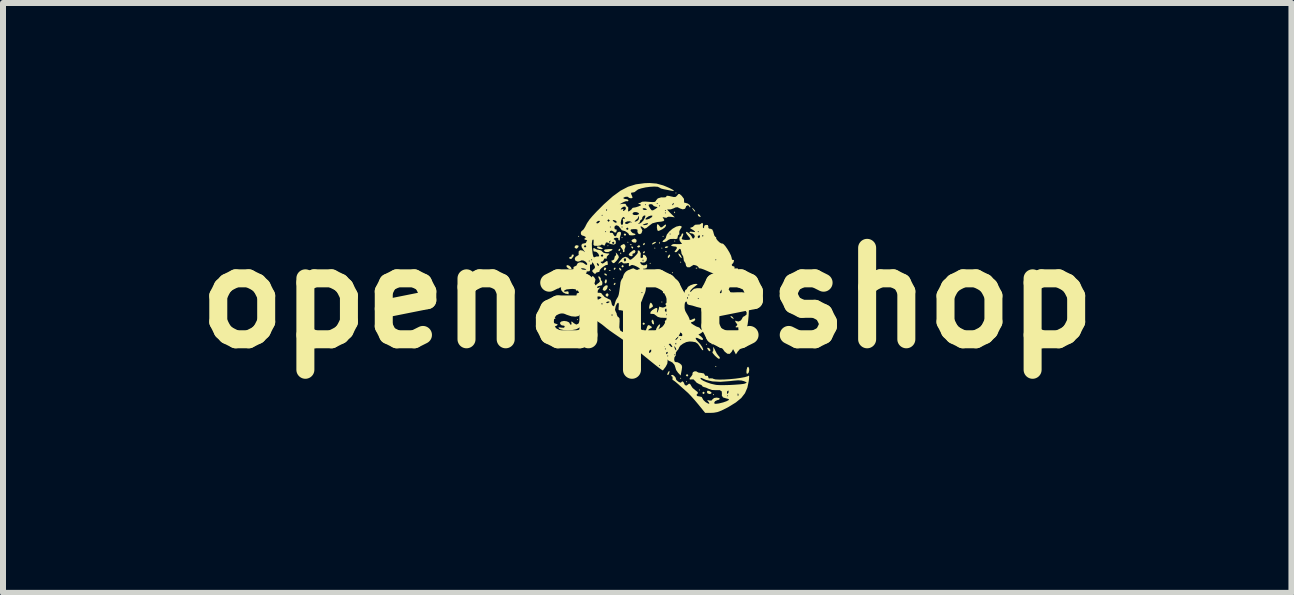
<source format=kicad_pcb>
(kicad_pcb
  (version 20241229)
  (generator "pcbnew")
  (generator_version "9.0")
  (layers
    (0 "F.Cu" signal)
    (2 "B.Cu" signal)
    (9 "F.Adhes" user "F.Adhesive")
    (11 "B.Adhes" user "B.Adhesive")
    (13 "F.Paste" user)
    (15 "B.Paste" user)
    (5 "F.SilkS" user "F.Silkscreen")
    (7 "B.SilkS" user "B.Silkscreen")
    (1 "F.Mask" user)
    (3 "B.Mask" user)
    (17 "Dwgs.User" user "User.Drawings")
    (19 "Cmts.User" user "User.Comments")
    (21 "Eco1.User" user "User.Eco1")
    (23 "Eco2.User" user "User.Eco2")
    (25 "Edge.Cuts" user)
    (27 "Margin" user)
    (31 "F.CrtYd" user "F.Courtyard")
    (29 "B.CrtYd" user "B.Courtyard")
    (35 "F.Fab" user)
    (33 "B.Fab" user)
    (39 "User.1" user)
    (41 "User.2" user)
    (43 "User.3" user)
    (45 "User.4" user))
  (footprint "openapeshop"
    (layer "F.Cu")
    (at 7.736 1.915)
    (property "Reference" "openapeshop" (at 0 0 0) (layer "F.SilkS") (effects (font (size 1.524 1.524) (thickness 0.3))))
    (attr board_only exclude_from_pos_files exclude_from_bom)
    (fp_poly (pts (xy -1.68 0.147) (xy -1.69 0.156) (xy -1.7 0.147) (xy -1.69 0.137)) (stroke (width 0) (type solid)) (fill yes) (layer "F.SilkS"))
    (fp_poly (pts (xy -1.153 0.361) (xy -1.163 0.371) (xy -1.172 0.361) (xy -1.163 0.352)) (stroke (width 0) (type solid)) (fill yes) (layer "F.SilkS"))
    (fp_poly (pts (xy -1.133 -1.026) (xy -1.143 -1.016) (xy -1.153 -1.026) (xy -1.143 -1.036)) (stroke (width 0) (type solid)) (fill yes) (layer "F.SilkS"))
    (fp_poly (pts (xy -0.645 -0.869) (xy -0.655 -0.86) (xy -0.664 -0.869) (xy -0.655 -0.879)) (stroke (width 0) (type solid)) (fill yes) (layer "F.SilkS"))
    (fp_poly (pts (xy -0.547 -0.322) (xy -0.557 -0.313) (xy -0.567 -0.322) (xy -0.557 -0.332)) (stroke (width 0) (type solid)) (fill yes) (layer "F.SilkS"))
    (fp_poly (pts (xy -0.41 -1.006) (xy -0.42 -0.996) (xy -0.43 -1.006) (xy -0.42 -1.016)) (stroke (width 0) (type solid)) (fill yes) (layer "F.SilkS"))
    (fp_poly (pts (xy -0.352 0.498) (xy -0.361 0.508) (xy -0.371 0.498) (xy -0.361 0.488)) (stroke (width 0) (type solid)) (fill yes) (layer "F.SilkS"))
    (fp_poly (pts (xy -0.313 -0.928) (xy -0.322 -0.918) (xy -0.332 -0.928) (xy -0.322 -0.938)) (stroke (width 0) (type solid)) (fill yes) (layer "F.SilkS"))
    (fp_poly (pts (xy -0.176 0.557) (xy -0.186 0.567) (xy -0.195 0.557) (xy -0.186 0.547)) (stroke (width 0) (type solid)) (fill yes) (layer "F.SilkS"))
    (fp_poly (pts (xy -0.059 0.537) (xy -0.068 0.547) (xy -0.078 0.537) (xy -0.068 0.528)) (stroke (width 0) (type solid)) (fill yes) (layer "F.SilkS"))
    (fp_poly (pts (xy 0.059 -0.576) (xy 0.049 -0.567) (xy 0.039 -0.576) (xy 0.049 -0.586)) (stroke (width 0) (type solid)) (fill yes) (layer "F.SilkS"))
    (fp_poly (pts (xy 0.098 0.557) (xy 0.088 0.567) (xy 0.078 0.557) (xy 0.088 0.547)) (stroke (width 0) (type solid)) (fill yes) (layer "F.SilkS"))
    (fp_poly (pts (xy 0.137 -0.83) (xy 0.127 -0.821) (xy 0.117 -0.83) (xy 0.127 -0.84)) (stroke (width 0) (type solid)) (fill yes) (layer "F.SilkS"))
    (fp_poly (pts (xy 0.137 0.596) (xy 0.127 0.606) (xy 0.117 0.596) (xy 0.127 0.586)) (stroke (width 0) (type solid)) (fill yes) (layer "F.SilkS"))
    (fp_poly (pts (xy 0.254 -0.83) (xy 0.244 -0.821) (xy 0.234 -0.83) (xy 0.244 -0.84)) (stroke (width 0) (type solid)) (fill yes) (layer "F.SilkS"))
    (fp_poly (pts (xy 0.254 0.068) (xy 0.244 0.078) (xy 0.234 0.068) (xy 0.244 0.059)) (stroke (width 0) (type solid)) (fill yes) (layer "F.SilkS"))
    (fp_poly (pts (xy 0.274 -1.026) (xy 0.264 -1.016) (xy 0.254 -1.026) (xy 0.264 -1.036)) (stroke (width 0) (type solid)) (fill yes) (layer "F.SilkS"))
    (fp_poly (pts (xy 0.43 -0.42) (xy 0.42 -0.41) (xy 0.41 -0.42) (xy 0.42 -0.43)) (stroke (width 0) (type solid)) (fill yes) (layer "F.SilkS"))
    (fp_poly (pts (xy 0.469 -0.948) (xy 0.459 -0.938) (xy 0.449 -0.948) (xy 0.459 -0.957)) (stroke (width 0) (type solid)) (fill yes) (layer "F.SilkS"))
    (fp_poly (pts (xy 0.488 -1.749) (xy 0.479 -1.739) (xy 0.469 -1.749) (xy 0.479 -1.758)) (stroke (width 0) (type solid)) (fill yes) (layer "F.SilkS"))
    (fp_poly (pts (xy 0.567 -0.596) (xy 0.557 -0.586) (xy 0.547 -0.596) (xy 0.557 -0.606)) (stroke (width 0) (type solid)) (fill yes) (layer "F.SilkS"))
    (fp_poly (pts (xy 0.567 1.338) (xy 0.557 1.348) (xy 0.547 1.338) (xy 0.557 1.329)) (stroke (width 0) (type solid)) (fill yes) (layer "F.SilkS"))
    (fp_poly (pts (xy 0.664 1.397) (xy 0.655 1.407) (xy 0.645 1.397) (xy 0.655 1.387)) (stroke (width 0) (type solid)) (fill yes) (layer "F.SilkS"))
    (fp_poly (pts (xy 0.879 1.534) (xy 0.869 1.544) (xy 0.86 1.534) (xy 0.869 1.524)) (stroke (width 0) (type solid)) (fill yes) (layer "F.SilkS"))
    (fp_poly (pts (xy 0.996 0.772) (xy 0.987 0.782) (xy 0.977 0.772) (xy 0.987 0.762)) (stroke (width 0) (type solid)) (fill yes) (layer "F.SilkS"))
    (fp_poly (pts (xy 1.114 1.612) (xy 1.104 1.622) (xy 1.094 1.612) (xy 1.104 1.602)) (stroke (width 0) (type solid)) (fill yes) (layer "F.SilkS"))
    (fp_poly (pts (xy 1.153 1.143) (xy 1.143 1.153) (xy 1.133 1.143) (xy 1.143 1.133)) (stroke (width 0) (type solid)) (fill yes) (layer "F.SilkS"))
    (fp_poly (pts (xy -1.531 0.339) (xy -1.533 0.35) (xy -1.544 0.352) (xy -1.56 0.345) (xy -1.557 0.339) (xy -1.533 0.336)) (stroke (width 0) (type solid)) (fill yes) (layer "F.SilkS"))
    (fp_poly (pts (xy -1.413 -0.306) (xy -1.411 -0.283) (xy -1.413 -0.28) (xy -1.425 -0.283) (xy -1.426 -0.293) (xy -1.419 -0.309)) (stroke (width 0) (type solid)) (fill yes) (layer "F.SilkS"))
    (fp_poly (pts (xy -1.335 -0.326) (xy -1.333 -0.302) (xy -1.335 -0.3) (xy -1.347 -0.302) (xy -1.348 -0.313) (xy -1.341 -0.329)) (stroke (width 0) (type solid)) (fill yes) (layer "F.SilkS"))
    (fp_poly (pts (xy -0.612 -0.462) (xy -0.615 -0.451) (xy -0.625 -0.449) (xy -0.641 -0.457) (xy -0.638 -0.462) (xy -0.615 -0.465)) (stroke (width 0) (type solid)) (fill yes) (layer "F.SilkS"))
    (fp_poly (pts (xy -0.436 -0.755) (xy -0.434 -0.732) (xy -0.436 -0.729) (xy -0.448 -0.732) (xy -0.449 -0.742) (xy -0.442 -0.759)) (stroke (width 0) (type solid)) (fill yes) (layer "F.SilkS"))
    (fp_poly (pts (xy -0.261 -0.892) (xy -0.263 -0.881) (xy -0.274 -0.879) (xy -0.29 -0.886) (xy -0.287 -0.892) (xy -0.263 -0.895)) (stroke (width 0) (type solid)) (fill yes) (layer "F.SilkS"))
    (fp_poly (pts (xy 0.208 -0.931) (xy 0.211 -0.908) (xy 0.208 -0.905) (xy 0.197 -0.908) (xy 0.195 -0.918) (xy 0.203 -0.934)) (stroke (width 0) (type solid)) (fill yes) (layer "F.SilkS"))
    (fp_poly (pts (xy 0.326 -0.775) (xy 0.323 -0.763) (xy 0.313 -0.762) (xy 0.297 -0.769) (xy 0.3 -0.775) (xy 0.323 -0.777)) (stroke (width 0) (type solid)) (fill yes) (layer "F.SilkS"))
    (fp_poly (pts (xy 0.345 -0.365) (xy 0.342 -0.353) (xy 0.332 -0.352) (xy 0.316 -0.359) (xy 0.319 -0.365) (xy 0.342 -0.367)) (stroke (width 0) (type solid)) (fill yes) (layer "F.SilkS"))
    (fp_poly (pts (xy 0.462 -1.439) (xy 0.465 -1.416) (xy 0.462 -1.413) (xy 0.451 -1.416) (xy 0.449 -1.426) (xy 0.457 -1.442)) (stroke (width 0) (type solid)) (fill yes) (layer "F.SilkS"))
    (fp_poly (pts (xy 0.834 -0.501) (xy 0.831 -0.49) (xy 0.821 -0.488) (xy 0.805 -0.496) (xy 0.808 -0.501) (xy 0.831 -0.504)) (stroke (width 0) (type solid)) (fill yes) (layer "F.SilkS"))
    (fp_poly (pts (xy 1.088 0.749) (xy 1.09 0.772) (xy 1.088 0.775) (xy 1.076 0.772) (xy 1.075 0.762) (xy 1.082 0.746)) (stroke (width 0) (type solid)) (fill yes) (layer "F.SilkS"))
    (fp_poly (pts (xy -1.351 0.151) (xy -1.348 0.165) (xy -1.355 0.193) (xy -1.372 0.185) (xy -1.377 0.177) (xy -1.374 0.152) (xy -1.368 0.147)) (stroke (width 0) (type solid)) (fill yes) (layer "F.SilkS"))
    (fp_poly (pts (xy -1.327 -0.436) (xy -1.317 -0.411) (xy -1.326 -0.402) (xy -1.352 -0.404) (xy -1.359 -0.411) (xy -1.363 -0.439) (xy -1.344 -0.446)) (stroke (width 0) (type solid)) (fill yes) (layer "F.SilkS"))
    (fp_poly (pts (xy -0.628 -0.148) (xy -0.607 -0.129) (xy -0.612 -0.117) (xy -0.614 -0.117) (xy -0.631 -0.131) (xy -0.637 -0.14) (xy -0.639 -0.153)) (stroke (width 0) (type solid)) (fill yes) (layer "F.SilkS"))
    (fp_poly (pts (xy 0.754 -1.499) (xy 0.773 -1.481) (xy 0.797 -1.452) (xy 0.799 -1.437) (xy 0.784 -1.445) (xy 0.764 -1.471) (xy 0.747 -1.5)) (stroke (width 0) (type solid)) (fill yes) (layer "F.SilkS"))
    (fp_poly (pts (xy 0.879 -1.378) (xy 0.891 -1.353) (xy 0.883 -1.348) (xy 0.854 -1.363) (xy 0.849 -1.369) (xy 0.842 -1.394) (xy 0.857 -1.397)) (stroke (width 0) (type solid)) (fill yes) (layer "F.SilkS"))
    (fp_poly (pts (xy 1.034 0.839) (xy 1.053 0.866) (xy 1.052 0.879) (xy 1.038 0.89) (xy 1.017 0.871) (xy 0.999 0.839) (xy 1.009 0.829)) (stroke (width 0) (type solid)) (fill yes) (layer "F.SilkS"))
    (fp_poly (pts (xy 1.409 0.307) (xy 1.426 0.322) (xy 1.443 0.347) (xy 1.432 0.347) (xy 1.407 0.333) (xy 1.388 0.312) (xy 1.39 0.303)) (stroke (width 0) (type solid)) (fill yes) (layer "F.SilkS"))
    (fp_poly (pts (xy -1.466 -0.18) (xy -1.465 -0.176) (xy -1.48 -0.157) (xy -1.486 -0.156) (xy -1.498 -0.168) (xy -1.495 -0.176) (xy -1.477 -0.194) (xy -1.474 -0.195)) (stroke (width 0) (type solid)) (fill yes) (layer "F.SilkS"))
    (fp_poly (pts (xy -1.388 -0.005) (xy -1.387 0) (xy -1.402 0.019) (xy -1.407 0.02) (xy -1.426 0.005) (xy -1.426 0) (xy -1.411 -0.019) (xy -1.407 -0.02)) (stroke (width 0) (type solid)) (fill yes) (layer "F.SilkS"))
    (fp_poly (pts (xy -1.215 0.011) (xy -1.211 0.02) (xy -1.227 0.037) (xy -1.241 0.039) (xy -1.267 0.029) (xy -1.27 0.02) (xy -1.254 0.002) (xy -1.241 0)) (stroke (width 0) (type solid)) (fill yes) (layer "F.SilkS"))
    (fp_poly (pts (xy -1.145 -0.87) (xy -1.146 -0.85) (xy -1.17 -0.824) (xy -1.184 -0.821) (xy -1.208 -0.836) (xy -1.211 -0.85) (xy -1.195 -0.874) (xy -1.173 -0.879)) (stroke (width 0) (type solid)) (fill yes) (layer "F.SilkS"))
    (fp_poly (pts (xy -0.684 -0.494) (xy -0.684 -0.49) (xy -0.698 -0.463) (xy -0.703 -0.459) (xy -0.72 -0.464) (xy -0.723 -0.478) (xy -0.713 -0.504) (xy -0.703 -0.508)) (stroke (width 0) (type solid)) (fill yes) (layer "F.SilkS"))
    (fp_poly (pts (xy -0.678 -0.396) (xy -0.674 -0.391) (xy -0.675 -0.373) (xy -0.682 -0.371) (xy -0.709 -0.385) (xy -0.713 -0.391) (xy -0.712 -0.409) (xy -0.706 -0.41)) (stroke (width 0) (type solid)) (fill yes) (layer "F.SilkS"))
    (fp_poly (pts (xy -0.675 -0.296) (xy -0.673 -0.277) (xy -0.683 -0.247) (xy -0.695 -0.241) (xy -0.709 -0.256) (xy -0.708 -0.277) (xy -0.695 -0.307) (xy -0.686 -0.313)) (stroke (width 0) (type solid)) (fill yes) (layer "F.SilkS"))
    (fp_poly (pts (xy -0.647 -0.062) (xy -0.645 -0.049) (xy -0.657 -0.022) (xy -0.684 -0.027) (xy -0.69 -0.032) (xy -0.694 -0.056) (xy -0.674 -0.076) (xy -0.663 -0.078)) (stroke (width 0) (type solid)) (fill yes) (layer "F.SilkS"))
    (fp_poly (pts (xy -0.528 -0.493) (xy -0.528 -0.488) (xy -0.543 -0.47) (xy -0.548 -0.469) (xy -0.56 -0.481) (xy -0.557 -0.488) (xy -0.539 -0.507) (xy -0.536 -0.508)) (stroke (width 0) (type solid)) (fill yes) (layer "F.SilkS"))
    (fp_poly (pts (xy -0.528 -0.239) (xy -0.528 -0.234) (xy -0.543 -0.216) (xy -0.548 -0.215) (xy -0.56 -0.227) (xy -0.557 -0.234) (xy -0.539 -0.253) (xy -0.536 -0.254)) (stroke (width 0) (type solid)) (fill yes) (layer "F.SilkS"))
    (fp_poly (pts (xy -0.45 -0.805) (xy -0.449 -0.801) (xy -0.464 -0.782) (xy -0.47 -0.782) (xy -0.482 -0.794) (xy -0.479 -0.801) (xy -0.461 -0.82) (xy -0.458 -0.821)) (stroke (width 0) (type solid)) (fill yes) (layer "F.SilkS"))
    (fp_poly (pts (xy -0.446 -0.493) (xy -0.431 -0.468) (xy -0.433 -0.459) (xy -0.453 -0.46) (xy -0.456 -0.462) (xy -0.469 -0.492) (xy -0.469 -0.496) (xy -0.459 -0.503)) (stroke (width 0) (type solid)) (fill yes) (layer "F.SilkS"))
    (fp_poly (pts (xy -0.391 -0.532) (xy -0.391 -0.528) (xy -0.406 -0.509) (xy -0.41 -0.508) (xy -0.429 -0.523) (xy -0.43 -0.528) (xy -0.415 -0.547) (xy -0.41 -0.547)) (stroke (width 0) (type solid)) (fill yes) (layer "F.SilkS"))
    (fp_poly (pts (xy -0.352 -1.06) (xy -0.352 -1.055) (xy -0.367 -1.036) (xy -0.371 -1.036) (xy -0.39 -1.05) (xy -0.391 -1.055) (xy -0.376 -1.074) (xy -0.371 -1.075)) (stroke (width 0) (type solid)) (fill yes) (layer "F.SilkS"))
    (fp_poly (pts (xy -0.235 -0.846) (xy -0.234 -0.84) (xy -0.241 -0.821) (xy -0.243 -0.821) (xy -0.26 -0.834) (xy -0.264 -0.84) (xy -0.262 -0.858) (xy -0.255 -0.86)) (stroke (width 0) (type solid)) (fill yes) (layer "F.SilkS"))
    (fp_poly (pts (xy -0.182 -0.972) (xy -0.176 -0.946) (xy -0.19 -0.922) (xy -0.225 -0.923) (xy -0.25 -0.935) (xy -0.264 -0.953) (xy -0.246 -0.975) (xy -0.209 -0.989)) (stroke (width 0) (type solid)) (fill yes) (layer "F.SilkS"))
    (fp_poly (pts (xy -0.118 -0.864) (xy -0.117 -0.86) (xy -0.133 -0.843) (xy -0.148 -0.84) (xy -0.168 -0.85) (xy -0.166 -0.86) (xy -0.141 -0.878) (xy -0.136 -0.879)) (stroke (width 0) (type solid)) (fill yes) (layer "F.SilkS"))
    (fp_poly (pts (xy -0.04 0.425) (xy -0.039 0.43) (xy -0.054 0.449) (xy -0.059 0.449) (xy -0.078 0.435) (xy -0.078 0.43) (xy -0.063 0.411) (xy -0.059 0.41)) (stroke (width 0) (type solid)) (fill yes) (layer "F.SilkS"))
    (fp_poly (pts (xy -0.039 -0.903) (xy -0.039 -0.899) (xy -0.054 -0.88) (xy -0.06 -0.879) (xy -0.071 -0.891) (xy -0.068 -0.899) (xy -0.051 -0.917) (xy -0.048 -0.918)) (stroke (width 0) (type solid)) (fill yes) (layer "F.SilkS"))
    (fp_poly (pts (xy -0.039 -0.766) (xy -0.039 -0.762) (xy -0.054 -0.743) (xy -0.06 -0.742) (xy -0.071 -0.754) (xy -0.068 -0.762) (xy -0.051 -0.781) (xy -0.048 -0.782)) (stroke (width 0) (type solid)) (fill yes) (layer "F.SilkS"))
    (fp_poly (pts (xy 0.106 0.385) (xy 0.107 0.39) (xy 0.114 0.431) (xy 0.104 0.443) (xy 0.082 0.425) (xy 0.072 0.388) (xy 0.077 0.373) (xy 0.092 0.361)) (stroke (width 0) (type solid)) (fill yes) (layer "F.SilkS"))
    (fp_poly (pts (xy 0.148 -0.933) (xy 0.139 -0.919) (xy 0.116 -0.903) (xy 0.087 -0.891) (xy 0.078 -0.897) (xy 0.093 -0.916) (xy 0.123 -0.932) (xy 0.147 -0.934)) (stroke (width 0) (type solid)) (fill yes) (layer "F.SilkS"))
    (fp_poly (pts (xy 0.17 0.638) (xy 0.166 0.645) (xy 0.148 0.663) (xy 0.144 0.664) (xy 0.143 0.652) (xy 0.147 0.645) (xy 0.165 0.626) (xy 0.168 0.625)) (stroke (width 0) (type solid)) (fill yes) (layer "F.SilkS"))
    (fp_poly (pts (xy 0.293 -0.102) (xy 0.293 -0.098) (xy 0.278 -0.079) (xy 0.272 -0.078) (xy 0.261 -0.09) (xy 0.264 -0.098) (xy 0.281 -0.116) (xy 0.284 -0.117)) (stroke (width 0) (type solid)) (fill yes) (layer "F.SilkS"))
    (fp_poly (pts (xy 0.348 -0.856) (xy 0.352 -0.852) (xy 0.336 -0.839) (xy 0.322 -0.833) (xy 0.297 -0.833) (xy 0.293 -0.841) (xy 0.309 -0.858) (xy 0.322 -0.86)) (stroke (width 0) (type solid)) (fill yes) (layer "F.SilkS"))
    (fp_poly (pts (xy 0.382 -0.709) (xy 0.378 -0.694) (xy 0.359 -0.668) (xy 0.35 -0.664) (xy 0.341 -0.679) (xy 0.345 -0.694) (xy 0.363 -0.719) (xy 0.373 -0.723)) (stroke (width 0) (type solid)) (fill yes) (layer "F.SilkS"))
    (fp_poly (pts (xy 0.414 0.425) (xy 0.429 0.438) (xy 0.44 0.467) (xy 0.433 0.477) (xy 0.407 0.474) (xy 0.392 0.461) (xy 0.381 0.432) (xy 0.388 0.422)) (stroke (width 0) (type solid)) (fill yes) (layer "F.SilkS"))
    (fp_poly (pts (xy 0.544 -0.728) (xy 0.562 -0.703) (xy 0.575 -0.674) (xy 0.571 -0.664) (xy 0.551 -0.679) (xy 0.532 -0.703) (xy 0.519 -0.733) (xy 0.523 -0.742)) (stroke (width 0) (type solid)) (fill yes) (layer "F.SilkS"))
    (fp_poly (pts (xy 0.683 1.285) (xy 0.684 1.29) (xy 0.669 1.309) (xy 0.664 1.309) (xy 0.645 1.294) (xy 0.645 1.29) (xy 0.66 1.271) (xy 0.664 1.27)) (stroke (width 0) (type solid)) (fill yes) (layer "F.SilkS"))
    (fp_poly (pts (xy 0.957 1.578) (xy 0.957 1.583) (xy 0.943 1.602) (xy 0.938 1.602) (xy 0.919 1.587) (xy 0.918 1.583) (xy 0.933 1.564) (xy 0.938 1.563)) (stroke (width 0) (type solid)) (fill yes) (layer "F.SilkS"))
    (fp_poly (pts (xy 1.044 1.555) (xy 1.072 1.576) (xy 1.065 1.596) (xy 1.036 1.602) (xy 1.004 1.59) (xy 0.996 1.573) (xy 1 1.548) (xy 1.019 1.547)) (stroke (width 0) (type solid)) (fill yes) (layer "F.SilkS"))
    (fp_poly (pts (xy -1.299 -0.536) (xy -1.273 -0.513) (xy -1.261 -0.489) (xy -1.265 -0.482) (xy -1.293 -0.482) (xy -1.314 -0.491) (xy -1.342 -0.516) (xy -1.346 -0.539) (xy -1.327 -0.547)) (stroke (width 0) (type solid)) (fill yes) (layer "F.SilkS"))
    (fp_poly (pts (xy 0.371 1.23) (xy 0.371 1.235) (xy 0.361 1.27) (xy 0.352 1.28) (xy 0.334 1.281) (xy 0.332 1.276) (xy 0.342 1.248) (xy 0.352 1.231) (xy 0.367 1.213)) (stroke (width 0) (type solid)) (fill yes) (layer "F.SilkS"))
    (fp_poly (pts (xy 1.698 1.177) (xy 1.7 1.202) (xy 1.692 1.243) (xy 1.674 1.264) (xy 1.657 1.26) (xy 1.653 1.236) (xy 1.657 1.192) (xy 1.67 1.152) (xy 1.686 1.148)) (stroke (width 0) (type solid)) (fill yes) (layer "F.SilkS"))
    (fp_poly (pts (xy -0.906 0.359) (xy -0.882 0.382) (xy -0.879 0.391) (xy -0.884 0.405) (xy -0.905 0.406) (xy -0.943 0.397) (xy -0.974 0.378) (xy -0.969 0.351) (xy -0.965 0.346) (xy -0.94 0.344)) (stroke (width 0) (type solid)) (fill yes) (layer "F.SilkS"))
    (fp_poly (pts (xy -0.785 -0.852) (xy -0.755 -0.835) (xy -0.741 -0.82) (xy -0.743 -0.816) (xy -0.767 -0.813) (xy -0.796 -0.816) (xy -0.829 -0.829) (xy -0.84 -0.847) (xy -0.825 -0.859) (xy -0.816 -0.859)) (stroke (width 0) (type solid)) (fill yes) (layer "F.SilkS"))
    (fp_poly (pts (xy -0.667 -0.212) (xy -0.658 -0.192) (xy -0.667 -0.159) (xy -0.689 -0.129) (xy -0.713 -0.117) (xy -0.739 -0.131) (xy -0.742 -0.144) (xy -0.729 -0.178) (xy -0.699 -0.205) (xy -0.668 -0.212)) (stroke (width 0) (type solid)) (fill yes) (layer "F.SilkS"))
    (fp_poly (pts (xy 0.215 0.449) (xy 0.205 0.487) (xy 0.184 0.525) (xy 0.16 0.546) (xy 0.156 0.547) (xy 0.147 0.532) (xy 0.151 0.513) (xy 0.17 0.477) (xy 0.193 0.449) (xy 0.211 0.44)) (stroke (width 0) (type solid)) (fill yes) (layer "F.SilkS"))
    (fp_poly (pts (xy -0.576 -0.808) (xy -0.588 -0.795) (xy -0.596 -0.789) (xy -0.646 -0.766) (xy -0.692 -0.765) (xy -0.71 -0.775) (xy -0.722 -0.796) (xy -0.703 -0.808) (xy -0.649 -0.813) (xy -0.641 -0.814) (xy -0.592 -0.814)) (stroke (width 0) (type solid)) (fill yes) (layer "F.SilkS"))
    (fp_poly (pts (xy -1.222 -0.718) (xy -1.229 -0.695) (xy -1.235 -0.684) (xy -1.265 -0.649) (xy -1.29 -0.652) (xy -1.299 -0.664) (xy -1.295 -0.681) (xy -1.28 -0.684) (xy -1.259 -0.693) (xy -1.26 -0.703) (xy -1.256 -0.72) (xy -1.242 -0.723)) (stroke (width 0) (type solid)) (fill yes) (layer "F.SilkS"))
    (fp_poly (pts (xy 0.075 0.092) (xy 0.091 0.12) (xy 0.095 0.142) (xy 0.093 0.145) (xy 0.075 0.158) (xy 0.057 0.171) (xy 0.037 0.182) (xy 0.032 0.166) (xy 0.035 0.136) (xy 0.045 0.095) (xy 0.059 0.078) (xy 0.059 0.078)) (stroke (width 0) (type solid)) (fill yes) (layer "F.SilkS"))
    (fp_poly (pts (xy 1.687 0.584) (xy 1.693 0.629) (xy 1.695 0.664) (xy 1.693 0.72) (xy 1.686 0.755) (xy 1.679 0.762) (xy 1.669 0.744) (xy 1.664 0.7) (xy 1.664 0.664) (xy 1.668 0.609) (xy 1.675 0.573) (xy 1.679 0.567)) (stroke (width 0) (type solid)) (fill yes) (layer "F.SilkS"))
    (fp_poly (pts (xy -0.195 -0.772) (xy -0.211 -0.746) (xy -0.226 -0.742) (xy -0.246 -0.734) (xy -0.245 -0.724) (xy -0.244 -0.701) (xy -0.267 -0.694) (xy -0.294 -0.704) (xy -0.309 -0.721) (xy -0.296 -0.744) (xy -0.279 -0.761) (xy -0.234 -0.794) (xy -0.205 -0.797)) (stroke (width 0) (type solid)) (fill yes) (layer "F.SilkS"))
    (fp_poly (pts (xy 1.589 -0.207) (xy 1.636 -0.187) (xy 1.66 -0.161) (xy 1.661 -0.156) (xy 1.651 -0.14) (xy 1.615 -0.145) (xy 1.612 -0.146) (xy 1.579 -0.155) (xy 1.539 -0.165) (xy 1.496 -0.181) (xy 1.487 -0.2) (xy 1.512 -0.213) (xy 1.535 -0.215)) (stroke (width 0) (type solid)) (fill yes) (layer "F.SilkS"))
    (fp_poly (pts (xy 0.046 0.461) (xy 0.074 0.481) (xy 0.074 0.501) (xy 0.051 0.508) (xy 0.025 0.524) (xy 0.014 0.547) (xy -0.003 0.579) (xy -0.017 0.586) (xy -0.027 0.571) (xy -0.017 0.525) (xy -0.016 0.523) (xy 0.001 0.475) (xy 0.013 0.455) (xy 0.029 0.454)) (stroke (width 0) (type solid)) (fill yes) (layer "F.SilkS"))
    (fp_poly (pts (xy -0.37 -0.883) (xy -0.362 -0.853) (xy -0.371 -0.83) (xy -0.381 -0.805) (xy -0.378 -0.791) (xy -0.381 -0.766) (xy -0.392 -0.762) (xy -0.407 -0.769) (xy -0.404 -0.775) (xy -0.405 -0.797) (xy -0.424 -0.825) (xy -0.446 -0.855) (xy -0.439 -0.873) (xy -0.429 -0.88) (xy -0.398 -0.896) (xy -0.388 -0.898)) (stroke (width 0) (type solid)) (fill yes) (layer "F.SilkS"))
    (fp_poly (pts (xy 0.344 0.39) (xy 0.363 0.443) (xy 0.366 0.466) (xy 0.366 0.508) (xy 0.357 0.518) (xy 0.34 0.506) (xy 0.312 0.491) (xy 0.294 0.506) (xy 0.279 0.519) (xy 0.268 0.502) (xy 0.274 0.473) (xy 0.299 0.46) (xy 0.325 0.447) (xy 0.318 0.437) (xy 0.299 0.416) (xy 0.293 0.388) (xy 0.305 0.372) (xy 0.308 0.372)) (stroke (width 0) (type solid)) (fill yes) (layer "F.SilkS"))
    (fp_poly (pts (xy 1.107 0.824) (xy 1.127 0.862) (xy 1.131 0.872) (xy 1.158 0.924) (xy 1.183 0.959) (xy 1.19 0.966) (xy 1.209 0.989) (xy 1.207 1.011) (xy 1.196 1.016) (xy 1.173 1.003) (xy 1.137 0.971) (xy 1.123 0.957) (xy 1.094 0.922) (xy 1.084 0.901) (xy 1.088 0.899) (xy 1.1 0.882) (xy 1.101 0.845) (xy 1.099 0.819)) (stroke (width 0) (type solid)) (fill yes) (layer "F.SilkS"))
    (fp_poly (pts (xy -0.513 -0.746) (xy -0.501 -0.733) (xy -0.477 -0.699) (xy -0.474 -0.673) (xy -0.494 -0.641) (xy -0.514 -0.617) (xy -0.547 -0.584) (xy -0.567 -0.579) (xy -0.585 -0.595) (xy -0.6 -0.619) (xy -0.584 -0.625) (xy -0.579 -0.625) (xy -0.552 -0.642) (xy -0.547 -0.664) (xy -0.539 -0.696) (xy -0.528 -0.703) (xy -0.518 -0.718) (xy -0.521 -0.738) (xy -0.525 -0.757)) (stroke (width 0) (type solid)) (fill yes) (layer "F.SilkS"))
    (fp_poly (pts (xy 0.19 -1.217) (xy 0.206 -1.197) (xy 0.226 -1.175) (xy 0.247 -1.179) (xy 0.272 -1.2) (xy 0.301 -1.223) (xy 0.312 -1.219) (xy 0.313 -1.206) (xy 0.297 -1.177) (xy 0.257 -1.148) (xy 0.251 -1.144) (xy 0.204 -1.122) (xy 0.181 -1.116) (xy 0.171 -1.126) (xy 0.167 -1.138) (xy 0.161 -1.176) (xy 0.163 -1.213) (xy 0.171 -1.231) (xy 0.172 -1.231)) (stroke (width 0) (type solid)) (fill yes) (layer "F.SilkS"))
    (fp_poly (pts (xy 1.318 0.719) (xy 1.335 0.725) (xy 1.372 0.747) (xy 1.387 0.764) (xy 1.402 0.787) (xy 1.439 0.793) (xy 1.483 0.782) (xy 1.515 0.761) (xy 1.557 0.733) (xy 1.591 0.73) (xy 1.617 0.756) (xy 1.618 0.793) (xy 1.595 0.824) (xy 1.582 0.831) (xy 1.542 0.856) (xy 1.51 0.892) (xy 1.478 0.941) (xy 1.431 0.853) (xy 1.409 0.895) (xy 1.375 0.932) (xy 1.335 0.93) (xy 1.29 0.894) (xy 1.25 0.837) (xy 1.235 0.784) (xy 1.243 0.741) (xy 1.272 0.717)) (stroke (width 0) (type solid)) (fill yes) (layer "F.SilkS"))
    (fp_poly (pts (xy 0.572 -1.195) (xy 0.571 -1.171) (xy 0.556 -1.152) (xy 0.535 -1.113) (xy 0.534 -1.085) (xy 0.535 -1.06) (xy 0.527 -1.055) (xy 0.512 -1.039) (xy 0.508 -1.016) (xy 0.502 -0.989) (xy 0.477 -0.981) (xy 0.44 -0.984) (xy 0.385 -0.982) (xy 0.351 -0.967) (xy 0.351 -0.967) (xy 0.321 -0.944) (xy 0.286 -0.931) (xy 0.259 -0.932) (xy 0.254 -0.94) (xy 0.27 -0.962) (xy 0.283 -0.97) (xy 0.309 -0.997) (xy 0.313 -1.015) (xy 0.328 -1.058) (xy 0.334 -1.065) (xy 0.371 -1.065) (xy 0.381 -1.055) (xy 0.391 -1.065) (xy 0.381 -1.075) (xy 0.371 -1.065) (xy 0.334 -1.065) (xy 0.369 -1.108) (xy 0.423 -1.154) (xy 0.48 -1.186) (xy 0.486 -1.189) (xy 0.543 -1.202)) (stroke (width 0) (type solid)) (fill yes) (layer "F.SilkS"))
    (fp_poly (pts (xy -1.478 0.002) (xy -1.442 0.026) (xy -1.434 0.035) (xy -1.418 0.076) (xy -1.434 0.101) (xy -1.472 0.104) (xy -1.499 0.1) (xy -1.492 0.11) (xy -1.485 0.115) (xy -1.467 0.138) (xy -1.479 0.158) (xy -1.493 0.194) (xy -1.49 0.212) (xy -1.487 0.23) (xy -1.503 0.222) (xy -1.521 0.207) (xy -1.548 0.174) (xy -1.542 0.156) (xy -1.536 0.14) (xy -1.552 0.13) (xy -1.577 0.132) (xy -1.583 0.157) (xy -1.576 0.188) (xy -1.568 0.196) (xy -1.55 0.211) (xy -1.53 0.246) (xy -1.516 0.282) (xy -1.523 0.291) (xy -1.543 0.288) (xy -1.571 0.29) (xy -1.585 0.323) (xy -1.587 0.331) (xy -1.581 0.389) (xy -1.543 0.424) (xy -1.514 0.433) (xy -1.491 0.442) (xy -1.504 0.459) (xy -1.506 0.461) (xy -1.537 0.472) (xy -1.579 0.455) (xy -1.587 0.45) (xy -1.62 0.424) (xy -1.629 0.405) (xy -1.628 0.404) (xy -1.632 0.393) (xy -1.649 0.391) (xy -1.671 0.383) (xy -1.664 0.358) (xy -1.659 0.318) (xy -1.673 0.298) (xy -1.696 0.26) (xy -1.695 0.228) (xy -1.67 0.215) (xy -1.669 0.215) (xy -1.649 0.224) (xy -1.65 0.233) (xy -1.644 0.247) (xy -1.622 0.249) (xy -1.589 0.234) (xy -1.587 0.205) (xy -1.611 0.177) (xy -1.628 0.139) (xy -1.613 0.088) (xy -1.597 0.063) (xy -1.569 0.05) (xy -1.555 0.057) (xy -1.519 0.065) (xy -1.504 0.058) (xy -1.487 0.043) (xy -1.507 0.039) (xy -1.511 0.039) (xy -1.537 0.029) (xy -1.538 0.015) (xy -1.516 -0.003)) (stroke (width 0) (type solid)) (fill yes) (layer "F.SilkS"))
    (fp_poly (pts (xy 0.93 -1.238) (xy 0.929 -1.213) (xy 0.927 -1.177) (xy 0.937 -1.163) (xy 0.949 -1.165) (xy 0.946 -1.178) (xy 0.953 -1.205) (xy 0.976 -1.217) (xy 1.01 -1.215) (xy 1.02 -1.184) (xy 1.018 -1.167) (xy 1.033 -1.155) (xy 1.054 -1.153) (xy 1.084 -1.141) (xy 1.102 -1.1) (xy 1.105 -1.084) (xy 1.119 -1.039) (xy 1.136 -1.017) (xy 1.139 -1.016) (xy 1.151 -1.009) (xy 1.148 -1.005) (xy 1.151 -0.985) (xy 1.175 -0.954) (xy 1.207 -0.924) (xy 1.237 -0.907) (xy 1.249 -0.908) (xy 1.269 -0.899) (xy 1.3 -0.866) (xy 1.335 -0.816) (xy 1.369 -0.76) (xy 1.395 -0.707) (xy 1.407 -0.668) (xy 1.407 -0.664) (xy 1.414 -0.636) (xy 1.426 -0.635) (xy 1.443 -0.631) (xy 1.446 -0.618) (xy 1.434 -0.584) (xy 1.426 -0.576) (xy 1.407 -0.551) (xy 1.42 -0.531) (xy 1.437 -0.528) (xy 1.457 -0.517) (xy 1.454 -0.505) (xy 1.454 -0.49) (xy 1.479 -0.492) (xy 1.511 -0.491) (xy 1.517 -0.475) (xy 1.503 -0.455) (xy 1.482 -0.456) (xy 1.452 -0.452) (xy 1.446 -0.435) (xy 1.44 -0.414) (xy 1.433 -0.417) (xy 1.412 -0.415) (xy 1.399 -0.402) (xy 1.364 -0.385) (xy 1.338 -0.392) (xy 1.295 -0.4) (xy 1.234 -0.399) (xy 1.217 -0.397) (xy 1.16 -0.395) (xy 1.103 -0.407) (xy 1.03 -0.436) (xy 1.008 -0.446) (xy 0.945 -0.473) (xy 0.896 -0.49) (xy 0.872 -0.494) (xy 0.871 -0.493) (xy 0.86 -0.496) (xy 0.86 -0.502) (xy 0.844 -0.524) (xy 0.816 -0.541) (xy 0.773 -0.551) (xy 0.746 -0.535) (xy 0.708 -0.511) (xy 0.67 -0.511) (xy 0.647 -0.532) (xy 0.645 -0.546) (xy 0.636 -0.583) (xy 0.625 -0.596) (xy 0.61 -0.623) (xy 0.608 -0.635) (xy 1.133 -0.635) (xy 1.143 -0.625) (xy 1.153 -0.635) (xy 1.143 -0.645) (xy 1.133 -0.635) (xy 0.608 -0.635) (xy 0.606 -0.655) (xy 0.598 -0.695) (xy 0.586 -0.713) (xy 0.571 -0.74) (xy 0.567 -0.773) (xy 0.557 -0.811) (xy 0.537 -0.819) (xy 0.516 -0.793) (xy 0.515 -0.791) (xy 0.489 -0.765) (xy 0.474 -0.762) (xy 0.455 -0.766) (xy 0.463 -0.783) (xy 0.476 -0.798) (xy 0.497 -0.833) (xy 0.482 -0.854) (xy 0.435 -0.86) (xy 0.403 -0.866) (xy 0.401 -0.88) (xy 0.429 -0.896) (xy 0.456 -0.898) (xy 0.511 -0.896) (xy 0.547 -0.897) (xy 0.578 -0.901) (xy 0.574 -0.913) (xy 0.567 -0.918) (xy 0.543 -0.95) (xy 0.536 -0.985) (xy 0.541 -1.017) (xy 0.551 -1.023) (xy 0.564 -1.03) (xy 0.567 -1.044) (xy 0.578 -1.071) (xy 0.588 -1.075) (xy 0.6 -1.07) (xy 0.599 -1.051) (xy 0.583 -1.008) (xy 0.574 -0.987) (xy 0.586 -0.974) (xy 0.627 -0.967) (xy 0.645 -0.966) (xy 0.7 -0.968) (xy 0.719 -0.979) (xy 0.706 -1.005) (xy 0.684 -1.031) (xy 0.655 -1.068) (xy 0.645 -1.094) (xy 0.656 -1.102) (xy 0.682 -1.088) (xy 0.713 -1.062) (xy 0.738 -1.031) (xy 0.746 -1.012) (xy 0.761 -0.989) (xy 0.777 -0.994) (xy 0.79 -1.015) (xy 0.84 -1.015) (xy 0.855 -0.997) (xy 0.86 -0.996) (xy 0.877 -1.012) (xy 0.879 -1.027) (xy 0.875 -1.036) (xy 0.918 -1.036) (xy 0.925 -1.019) (xy 0.931 -1.023) (xy 0.934 -1.046) (xy 0.931 -1.049) (xy 0.92 -1.046) (xy 0.918 -1.036) (xy 0.875 -1.036) (xy 0.87 -1.047) (xy 0.86 -1.045) (xy 0.841 -1.02) (xy 0.84 -1.015) (xy 0.79 -1.015) (xy 0.793 -1.021) (xy 0.783 -1.052) (xy 0.753 -1.073) (xy 0.74 -1.075) (xy 0.71 -1.083) (xy 0.703 -1.095) (xy 0.719 -1.106) (xy 0.752 -1.102) (xy 0.792 -1.097) (xy 0.796 -1.104) (xy 0.84 -1.104) (xy 0.85 -1.094) (xy 0.86 -1.104) (xy 0.85 -1.114) (xy 0.84 -1.104) (xy 0.796 -1.104) (xy 0.797 -1.107) (xy 0.769 -1.129) (xy 0.747 -1.142) (xy 0.716 -1.162) (xy 0.719 -1.171) (xy 0.728 -1.172) (xy 0.764 -1.186) (xy 0.774 -1.2) (xy 0.799 -1.219) (xy 0.832 -1.222) (xy 0.873 -1.224) (xy 0.891 -1.234) (xy 0.914 -1.251)) (stroke (width 0) (type solid)) (fill yes) (layer "F.SilkS"))
    (fp_poly (pts (xy 0.82 1.224) (xy 0.832 1.233) (xy 0.857 1.245) (xy 0.9 1.25) (xy 0.945 1.259) (xy 0.957 1.279) (xy 0.97 1.299) (xy 0.987 1.297) (xy 1.011 1.3) (xy 1.016 1.319) (xy 1.027 1.343) (xy 1.048 1.34) (xy 1.089 1.341) (xy 1.106 1.35) (xy 1.138 1.358) (xy 1.199 1.361) (xy 1.28 1.36) (xy 1.373 1.354) (xy 1.467 1.345) (xy 1.555 1.333) (xy 1.626 1.32) (xy 1.671 1.306) (xy 1.679 1.302) (xy 1.694 1.295) (xy 1.699 1.31) (xy 1.696 1.354) (xy 1.692 1.386) (xy 1.669 1.496) (xy 1.629 1.588) (xy 1.567 1.668) (xy 1.477 1.742) (xy 1.355 1.817) (xy 1.323 1.834) (xy 1.237 1.877) (xy 1.171 1.902) (xy 1.111 1.913) (xy 1.068 1.915) (xy 0.965 1.915) (xy 0.85 1.773) (xy 0.79 1.702) (xy 0.729 1.634) (xy 0.679 1.582) (xy 0.665 1.57) (xy 0.607 1.518) (xy 0.542 1.46) (xy 0.518 1.438) (xy 0.472 1.399) (xy 0.437 1.373) (xy 0.426 1.368) (xy 0.419 1.353) (xy 0.423 1.338) (xy 0.421 1.313) (xy 0.411 1.309) (xy 0.398 1.297) (xy 0.401 1.288) (xy 0.424 1.282) (xy 0.451 1.301) (xy 0.475 1.331) (xy 0.478 1.349) (xy 0.486 1.368) (xy 0.518 1.395) (xy 0.518 1.395) (xy 0.553 1.413) (xy 0.567 1.406) (xy 0.581 1.391) (xy 0.591 1.392) (xy 0.614 1.416) (xy 0.615 1.426) (xy 0.629 1.454) (xy 0.656 1.46) (xy 0.673 1.447) (xy 0.699 1.427) (xy 0.723 1.444) (xy 0.732 1.464) (xy 0.756 1.5) (xy 0.799 1.536) (xy 0.804 1.54) (xy 0.841 1.569) (xy 0.845 1.589) (xy 0.842 1.591) (xy 0.821 1.616) (xy 0.834 1.635) (xy 0.869 1.641) (xy 0.908 1.651) (xy 0.918 1.669) (xy 0.933 1.698) (xy 0.969 1.733) (xy 0.977 1.739) (xy 1.018 1.762) (xy 1.036 1.761) (xy 1.026 1.738) (xy 1.011 1.721) (xy 0.999 1.704) (xy 1.018 1.705) (xy 1.031 1.709) (xy 1.071 1.71) (xy 1.087 1.691) (xy 1.114 1.668) (xy 1.155 1.661) (xy 1.198 1.668) (xy 1.21 1.683) (xy 1.189 1.699) (xy 1.168 1.703) (xy 1.131 1.721) (xy 1.118 1.741) (xy 1.119 1.76) (xy 1.139 1.765) (xy 1.185 1.76) (xy 1.201 1.757) (xy 1.266 1.741) (xy 1.321 1.722) (xy 1.357 1.703) (xy 1.363 1.689) (xy 1.363 1.689) (xy 1.34 1.68) (xy 1.318 1.675) (xy 1.263 1.658) (xy 1.246 1.631) (xy 1.329 1.631) (xy 1.338 1.641) (xy 1.348 1.631) (xy 1.338 1.622) (xy 1.329 1.631) (xy 1.246 1.631) (xy 1.243 1.626) (xy 1.244 1.61) (xy 1.506 1.61) (xy 1.51 1.636) (xy 1.516 1.636) (xy 1.521 1.61) (xy 1.518 1.598) (xy 1.509 1.591) (xy 1.506 1.61) (xy 1.244 1.61) (xy 1.245 1.6) (xy 1.243 1.573) (xy 1.329 1.573) (xy 1.333 1.599) (xy 1.336 1.602) (xy 1.349 1.587) (xy 1.355 1.573) (xy 1.356 1.548) (xy 1.348 1.544) (xy 1.331 1.559) (xy 1.329 1.573) (xy 1.243 1.573) (xy 1.242 1.558) (xy 1.208 1.536) (xy 1.145 1.537) (xy 1.078 1.534) (xy 1.026 1.516) (xy 0.979 1.495) (xy 0.944 1.485) (xy 0.943 1.485) (xy 0.92 1.474) (xy 0.918 1.468) (xy 0.902 1.45) (xy 0.87 1.438) (xy 0.824 1.413) (xy 0.8 1.386) (xy 0.77 1.357) (xy 0.741 1.358) (xy 0.71 1.36) (xy 0.706 1.341) (xy 0.713 1.333) (xy 0.884 1.333) (xy 0.896 1.354) (xy 0.898 1.357) (xy 0.932 1.38) (xy 0.991 1.406) (xy 1.061 1.43) (xy 1.131 1.446) (xy 1.153 1.45) (xy 1.209 1.453) (xy 1.286 1.453) (xy 1.376 1.451) (xy 1.465 1.446) (xy 1.545 1.44) (xy 1.603 1.433) (xy 1.625 1.428) (xy 1.654 1.415) (xy 1.653 1.405) (xy 1.617 1.389) (xy 1.612 1.387) (xy 1.57 1.376) (xy 1.515 1.373) (xy 1.437 1.379) (xy 1.377 1.386) (xy 1.22 1.398) (xy 1.086 1.391) (xy 0.981 1.367) (xy 0.953 1.355) (xy 0.903 1.333) (xy 0.884 1.333) (xy 0.713 1.333) (xy 0.732 1.309) (xy 0.734 1.308) (xy 0.754 1.277) (xy 0.754 1.259) (xy 0.762 1.237) (xy 0.79 1.223)) (stroke (width 0) (type solid)) (fill yes) (layer "F.SilkS"))
    (fp_poly (pts (xy 0.154 -1.906) (xy 0.264 -1.876) (xy 0.295 -1.864) (xy 0.369 -1.832) (xy 0.42 -1.806) (xy 0.444 -1.788) (xy 0.439 -1.781) (xy 0.401 -1.787) (xy 0.401 -1.787) (xy 0.336 -1.8) (xy 0.278 -1.811) (xy 0.231 -1.823) (xy 0.204 -1.838) (xy 0.204 -1.839) (xy 0.176 -1.852) (xy 0.12 -1.856) (xy 0.049 -1.852) (xy -0.027 -1.842) (xy -0.099 -1.826) (xy -0.153 -1.808) (xy -0.181 -1.787) (xy -0.212 -1.763) (xy -0.235 -1.758) (xy -0.266 -1.754) (xy -0.27 -1.735) (xy -0.253 -1.699) (xy -0.244 -1.67) (xy -0.263 -1.661) (xy -0.273 -1.661) (xy -0.305 -1.668) (xy -0.313 -1.678) (xy -0.329 -1.687) (xy -0.362 -1.685) (xy -0.395 -1.672) (xy -0.394 -1.656) (xy -0.37 -1.649) (xy -0.333 -1.644) (xy -0.332 -1.644) (xy -0.313 -1.626) (xy -0.313 -1.621) (xy -0.325 -1.609) (xy -0.332 -1.612) (xy -0.36 -1.611) (xy -0.403 -1.593) (xy -0.405 -1.592) (xy -0.459 -1.561) (xy -0.405 -1.569) (xy -0.363 -1.568) (xy -0.352 -1.551) (xy -0.339 -1.526) (xy -0.33 -1.524) (xy -0.316 -1.508) (xy -0.317 -1.477) (xy -0.32 -1.444) (xy -0.306 -1.443) (xy -0.29 -1.452) (xy -0.286 -1.456) (xy 0.293 -1.456) (xy 0.303 -1.446) (xy 0.313 -1.456) (xy 0.303 -1.465) (xy 0.293 -1.456) (xy -0.286 -1.456) (xy -0.261 -1.476) (xy -0.257 -1.483) (xy -0.078 -1.483) (xy -0.062 -1.469) (xy -0.036 -1.465) (xy -0.008 -1.47) (xy -0.007 -1.479) (xy -0.036 -1.494) (xy -0.066 -1.495) (xy -0.078 -1.483) (xy -0.257 -1.483) (xy -0.254 -1.49) (xy -0.238 -1.503) (xy -0.226 -1.504) (xy -0.188 -1.511) (xy -0.143 -1.526) (xy -0.125 -1.534) (xy 0.024 -1.534) (xy 0.05 -1.49) (xy 0.05 -1.489) (xy 0.073 -1.461) (xy 0.095 -1.459) (xy 0.132 -1.48) (xy 0.166 -1.504) (xy 0.169 -1.515) (xy 0.143 -1.52) (xy 0.141 -1.52) (xy 0.107 -1.532) (xy 0.106 -1.534) (xy 0.195 -1.534) (xy 0.205 -1.524) (xy 0.215 -1.534) (xy 0.205 -1.544) (xy 0.195 -1.534) (xy 0.106 -1.534) (xy 0.098 -1.545) (xy 0.415 -1.545) (xy 0.418 -1.544) (xy 0.436 -1.557) (xy 0.44 -1.563) (xy 0.445 -1.581) (xy 0.442 -1.583) (xy 0.424 -1.569) (xy 0.42 -1.563) (xy 0.415 -1.545) (xy 0.098 -1.545) (xy 0.098 -1.545) (xy 0.081 -1.56) (xy 0.059 -1.563) (xy 0.027 -1.557) (xy 0.024 -1.534) (xy -0.125 -1.534) (xy -0.107 -1.542) (xy -0.105 -1.553) (xy -0.105 -1.553) (xy -0.039 -1.553) (xy -0.029 -1.544) (xy -0.02 -1.553) (xy -0.029 -1.563) (xy -0.039 -1.553) (xy -0.105 -1.553) (xy -0.127 -1.564) (xy -0.145 -1.573) (xy 0.156 -1.573) (xy 0.166 -1.563) (xy 0.176 -1.573) (xy 0.166 -1.583) (xy 0.156 -1.573) (xy -0.145 -1.573) (xy -0.152 -1.576) (xy -0.142 -1.581) (xy -0.132 -1.581) (xy -0.103 -1.59) (xy -0.098 -1.598) (xy -0.08 -1.604) (xy -0.034 -1.606) (xy 0.02 -1.602) (xy 0.086 -1.597) (xy 0.124 -1.6) (xy 0.142 -1.613) (xy 0.148 -1.626) (xy 0.177 -1.659) (xy 0.233 -1.676) (xy 0.283 -1.675) (xy 0.313 -1.68) (xy 0.318 -1.692) (xy 0.328 -1.703) (xy 0.365 -1.699) (xy 0.394 -1.692) (xy 0.446 -1.681) (xy 0.476 -1.685) (xy 0.499 -1.707) (xy 0.5 -1.709) (xy 0.52 -1.732) (xy 0.539 -1.732) (xy 0.57 -1.706) (xy 0.576 -1.7) (xy 0.612 -1.652) (xy 0.614 -1.618) (xy 0.615 -1.589) (xy 0.641 -1.583) (xy 0.677 -1.572) (xy 0.708 -1.548) (xy 0.72 -1.521) (xy 0.716 -1.511) (xy 0.704 -1.513) (xy 0.703 -1.521) (xy 0.688 -1.541) (xy 0.674 -1.544) (xy 0.648 -1.529) (xy 0.645 -1.516) (xy 0.63 -1.486) (xy 0.593 -1.476) (xy 0.546 -1.491) (xy 0.541 -1.494) (xy 0.505 -1.512) (xy 0.471 -1.508) (xy 0.44 -1.493) (xy 0.394 -1.476) (xy 0.359 -1.474) (xy 0.358 -1.474) (xy 0.335 -1.478) (xy 0.341 -1.462) (xy 0.375 -1.425) (xy 0.396 -1.404) (xy 0.459 -1.343) (xy 0.396 -1.352) (xy 0.353 -1.353) (xy 0.332 -1.345) (xy 0.332 -1.343) (xy 0.317 -1.335) (xy 0.288 -1.34) (xy 0.259 -1.347) (xy 0.261 -1.335) (xy 0.271 -1.322) (xy 0.285 -1.297) (xy 0.273 -1.281) (xy 0.23 -1.271) (xy 0.168 -1.265) (xy 0.085 -1.243) (xy 0.035 -1.206) (xy -0.013 -1.166) (xy -0.045 -1.154) (xy -0.067 -1.171) (xy -0.068 -1.172) (xy -0.096 -1.191) (xy -0.103 -1.192) (xy -0.114 -1.185) (xy -0.102 -1.168) (xy -0.08 -1.126) (xy -0.095 -1.079) (xy -0.122 -1.062) (xy -0.15 -1.072) (xy -0.164 -1.101) (xy -0.162 -1.113) (xy -0.162 -1.137) (xy -0.185 -1.146) (xy -0.222 -1.147) (xy -0.266 -1.143) (xy -0.279 -1.131) (xy -0.271 -1.11) (xy -0.243 -1.081) (xy -0.224 -1.075) (xy -0.198 -1.066) (xy -0.195 -1.058) (xy -0.212 -1.047) (xy -0.253 -1.042) (xy -0.254 -1.042) (xy -0.292 -1.045) (xy -0.304 -1.051) (xy -0.304 -1.051) (xy -0.309 -1.068) (xy -0.335 -1.092) (xy -0.369 -1.113) (xy -0.397 -1.121) (xy -0.401 -1.121) (xy -0.425 -1.13) (xy -0.442 -1.153) (xy -0.352 -1.153) (xy -0.337 -1.134) (xy -0.332 -1.133) (xy -0.313 -1.148) (xy -0.313 -1.153) (xy -0.327 -1.172) (xy -0.332 -1.172) (xy -0.351 -1.157) (xy -0.352 -1.153) (xy -0.442 -1.153) (xy -0.449 -1.162) (xy -0.466 -1.182) (xy -0.43 -1.182) (xy -0.42 -1.172) (xy -0.41 -1.182) (xy -0.42 -1.192) (xy -0.43 -1.182) (xy -0.466 -1.182) (xy -0.48 -1.199) (xy -0.514 -1.211) (xy -0.54 -1.198) (xy -0.547 -1.171) (xy -0.54 -1.144) (xy -0.528 -1.143) (xy -0.51 -1.139) (xy -0.508 -1.128) (xy -0.518 -1.092) (xy -0.543 -1.091) (xy -0.561 -1.105) (xy -0.594 -1.123) (xy -0.62 -1.113) (xy -0.625 -1.094) (xy -0.611 -1.083) (xy -0.598 -1.086) (xy -0.573 -1.079) (xy -0.561 -1.054) (xy -0.542 -1.027) (xy -0.519 -1.031) (xy -0.508 -1.063) (xy -0.508 -1.064) (xy -0.494 -1.091) (xy -0.465 -1.104) (xy -0.44 -1.095) (xy -0.439 -1.094) (xy -0.438 -1.063) (xy -0.446 -1.041) (xy -0.457 -1) (xy -0.455 -0.982) (xy -0.46 -0.96) (xy -0.468 -0.957) (xy -0.482 -0.968) (xy -0.48 -0.975) (xy -0.482 -0.995) (xy -0.508 -1.004) (xy -0.541 -0.999) (xy -0.549 -0.995) (xy -0.562 -0.98) (xy -0.554 -0.977) (xy -0.532 -0.961) (xy -0.522 -0.939) (xy -0.526 -0.903) (xy -0.556 -0.888) (xy -0.607 -0.898) (xy -0.63 -0.908) (xy -0.656 -0.92) (xy -0.64 -0.92) (xy -0.637 -0.918) (xy -0.586 -0.918) (xy -0.571 -0.899) (xy -0.567 -0.899) (xy -0.548 -0.914) (xy -0.547 -0.918) (xy -0.562 -0.937) (xy -0.567 -0.938) (xy -0.586 -0.923) (xy -0.586 -0.918) (xy -0.637 -0.918) (xy -0.619 -0.932) (xy -0.615 -0.938) (xy -0.61 -0.956) (xy -0.613 -0.957) (xy -0.631 -0.944) (xy -0.635 -0.938) (xy -0.64 -0.92) (xy -0.656 -0.92) (xy -0.67 -0.925) (xy -0.688 -0.922) (xy -0.698 -0.898) (xy -0.711 -0.872) (xy -0.734 -0.88) (xy -0.735 -0.881) (xy -0.757 -0.892) (xy -0.762 -0.887) (xy -0.779 -0.875) (xy -0.822 -0.868) (xy -0.832 -0.868) (xy -0.878 -0.869) (xy -0.896 -0.883) (xy -0.895 -0.917) (xy -0.894 -0.922) (xy -0.893 -0.961) (xy -0.902 -0.977) (xy -0.916 -0.959) (xy -0.923 -0.91) (xy -0.921 -0.837) (xy -0.911 -0.747) (xy -0.907 -0.725) (xy -0.895 -0.682) (xy -0.88 -0.676) (xy -0.875 -0.68) (xy -0.841 -0.692) (xy -0.828 -0.69) (xy -0.804 -0.693) (xy -0.801 -0.703) (xy -0.805 -0.714) (xy -0.773 -0.714) (xy -0.772 -0.703) (xy -0.755 -0.685) (xy -0.752 -0.684) (xy -0.737 -0.697) (xy -0.733 -0.703) (xy -0.737 -0.72) (xy -0.752 -0.723) (xy -0.773 -0.714) (xy -0.805 -0.714) (xy -0.814 -0.736) (xy -0.842 -0.764) (xy -0.872 -0.774) (xy -0.879 -0.772) (xy -0.894 -0.778) (xy -0.899 -0.804) (xy -0.895 -0.833) (xy -0.879 -0.828) (xy -0.875 -0.825) (xy -0.838 -0.806) (xy -0.806 -0.801) (xy -0.766 -0.79) (xy -0.75 -0.772) (xy -0.722 -0.75) (xy -0.677 -0.742) (xy -0.637 -0.74) (xy -0.631 -0.731) (xy -0.652 -0.714) (xy -0.675 -0.685) (xy -0.675 -0.666) (xy -0.677 -0.653) (xy -0.693 -0.657) (xy -0.718 -0.655) (xy -0.723 -0.637) (xy -0.739 -0.61) (xy -0.756 -0.606) (xy -0.778 -0.6) (xy -0.766 -0.583) (xy -0.741 -0.572) (xy -0.709 -0.591) (xy -0.704 -0.596) (xy -0.673 -0.616) (xy -0.661 -0.609) (xy -0.657 -0.566) (xy -0.659 -0.551) (xy -0.664 -0.551) (xy -0.691 -0.546) (xy -0.729 -0.523) (xy -0.767 -0.493) (xy -0.79 -0.465) (xy -0.792 -0.455) (xy -0.799 -0.434) (xy -0.821 -0.43) (xy -0.853 -0.42) (xy -0.86 -0.406) (xy -0.87 -0.399) (xy -0.894 -0.417) (xy -0.917 -0.445) (xy -0.911 -0.463) (xy -0.894 -0.477) (xy -0.872 -0.499) (xy -0.872 -0.524) (xy -0.889 -0.559) (xy -0.898 -0.574) (xy -0.84 -0.574) (xy -0.831 -0.545) (xy -0.811 -0.534) (xy -0.804 -0.538) (xy -0.807 -0.558) (xy -0.817 -0.571) (xy -0.837 -0.582) (xy -0.84 -0.574) (xy -0.898 -0.574) (xy -0.909 -0.592) (xy -0.918 -0.589) (xy -0.918 -0.58) (xy -0.927 -0.556) (xy -0.939 -0.558) (xy -0.953 -0.552) (xy -0.954 -0.51) (xy -0.954 -0.505) (xy -0.953 -0.46) (xy -0.967 -0.443) (xy -0.983 -0.443) (xy -1.008 -0.441) (xy -1.009 -0.436) (xy -1.013 -0.416) (xy -1.036 -0.386) (xy -1.085 -0.356) (xy -1.123 -0.356) (xy -1.164 -0.358) (xy -1.183 -0.35) (xy -1.178 -0.328) (xy -1.154 -0.299) (xy -1.123 -0.274) (xy -1.099 -0.265) (xy -1.096 -0.267) (xy -1.097 -0.274) (xy -0.918 -0.274) (xy -0.911 -0.257) (xy -0.905 -0.261) (xy -0.903 -0.284) (xy -0.905 -0.287) (xy -0.917 -0.284) (xy -0.918 -0.274) (xy -1.097 -0.274) (xy -1.1 -0.283) (xy -1.109 -0.288) (xy -1.132 -0.306) (xy -1.123 -0.325) (xy -1.093 -0.332) (xy -1.065 -0.324) (xy -1.067 -0.309) (xy -1.068 -0.295) (xy -1.044 -0.302) (xy -0.996 -0.315) (xy -0.974 -0.317) (xy -0.939 -0.331) (xy -0.929 -0.345) (xy -0.914 -0.365) (xy -0.889 -0.352) (xy -0.862 -0.309) (xy -0.873 -0.259) (xy -0.91 -0.214) (xy -0.946 -0.185) (xy -0.968 -0.184) (xy -0.975 -0.193) (xy -0.997 -0.209) (xy -1.032 -0.197) (xy -1.073 -0.178) (xy -1.088 -0.182) (xy -1.087 -0.2) (xy -1.086 -0.214) (xy -1.089 -0.21) (xy -1.113 -0.197) (xy -1.128 -0.195) (xy -1.147 -0.191) (xy -1.138 -0.173) (xy -1.123 -0.156) (xy -1.102 -0.123) (xy -1.103 -0.102) (xy -1.123 -0.103) (xy -1.127 -0.111) (xy -1.149 -0.125) (xy -1.167 -0.123) (xy -1.188 -0.121) (xy -1.185 -0.131) (xy -1.194 -0.144) (xy -1.241 -0.15) (xy -1.273 -0.149) (xy -1.344 -0.142) (xy -1.38 -0.126) (xy -1.383 -0.12) (xy -1.38 -0.102) (xy -1.35 -0.107) (xy -1.318 -0.11) (xy -1.309 -0.089) (xy -1.312 -0.064) (xy -1.314 -0.061) (xy -1.335 -0.067) (xy -1.363 -0.072) (xy -1.404 -0.094) (xy -1.433 -0.13) (xy -1.439 -0.169) (xy -1.435 -0.178) (xy -1.408 -0.191) (xy -1.384 -0.189) (xy -1.357 -0.188) (xy -1.357 -0.212) (xy -1.359 -0.218) (xy -1.358 -0.252) (xy -1.349 -0.258) (xy -1.266 -0.258) (xy -1.264 -0.236) (xy -1.257 -0.228) (xy -1.241 -0.216) (xy -1.225 -0.228) (xy -1.215 -0.24) (xy -1.213 -0.244) (xy -1.172 -0.244) (xy -1.163 -0.234) (xy -1.153 -0.244) (xy -1.163 -0.254) (xy -1.172 -0.244) (xy -1.213 -0.244) (xy -1.207 -0.26) (xy -1.232 -0.265) (xy -1.266 -0.258) (xy -1.349 -0.258) (xy -1.333 -0.267) (xy -1.304 -0.288) (xy -1.304 -0.314) (xy -1.304 -0.32) (xy -1.27 -0.32) (xy -1.254 -0.313) (xy -1.241 -0.313) (xy -1.215 -0.323) (xy -1.211 -0.332) (xy -1.226 -0.342) (xy -1.241 -0.339) (xy -1.266 -0.325) (xy -1.27 -0.32) (xy -1.304 -0.32) (xy -1.303 -0.344) (xy -1.292 -0.352) (xy -1.28 -0.366) (xy -1.284 -0.384) (xy -1.283 -0.391) (xy -1.114 -0.391) (xy -1.107 -0.375) (xy -1.101 -0.378) (xy -1.098 -0.401) (xy -1.101 -0.404) (xy -1.112 -0.401) (xy -1.114 -0.391) (xy -1.283 -0.391) (xy -1.28 -0.422) (xy -1.262 -0.441) (xy -1.235 -0.465) (xy -1.23 -0.477) (xy -1.229 -0.486) (xy -1.102 -0.486) (xy -1.081 -0.474) (xy -1.047 -0.469) (xy -1.02 -0.471) (xy -1.016 -0.476) (xy -1.033 -0.485) (xy -1.064 -0.493) (xy -1.096 -0.495) (xy -1.102 -0.486) (xy -1.229 -0.486) (xy -1.228 -0.515) (xy -1.206 -0.527) (xy -1.202 -0.528) (xy -1.176 -0.542) (xy -1.172 -0.555) (xy -1.156 -0.581) (xy -1.119 -0.594) (xy -1.076 -0.589) (xy -1.054 -0.576) (xy -1.018 -0.55) (xy -1.001 -0.554) (xy -1.001 -0.571) (xy -1.022 -0.6) (xy -1.047 -0.615) (xy -0.977 -0.615) (xy -0.967 -0.606) (xy -0.957 -0.615) (xy -0.967 -0.625) (xy -0.977 -0.615) (xy -1.047 -0.615) (xy -1.058 -0.622) (xy -1.093 -0.627) (xy -1.103 -0.622) (xy -1.136 -0.608) (xy -1.162 -0.606) (xy -1.196 -0.62) (xy -1.202 -0.635) (xy -0.938 -0.635) (xy -0.928 -0.625) (xy -0.918 -0.635) (xy -0.928 -0.645) (xy -0.938 -0.635) (xy -1.202 -0.635) (xy -1.208 -0.651) (xy -1.196 -0.683) (xy -1.171 -0.698) (xy -1.142 -0.717) (xy -1.144 -0.745) (xy -1.141 -0.78) (xy -1.114 -0.796) (xy -1.075 -0.789) (xy -1.06 -0.779) (xy -1.037 -0.763) (xy -1.041 -0.771) (xy -1.058 -0.792) (xy -1.091 -0.843) (xy -1.094 -0.86) (xy -1.055 -0.86) (xy -1.04 -0.841) (xy -1.036 -0.84) (xy -1.017 -0.855) (xy -1.016 -0.86) (xy -1.031 -0.879) (xy -1.036 -0.879) (xy -1.055 -0.864) (xy -1.055 -0.86) (xy -1.094 -0.86) (xy -1.097 -0.883) (xy -1.077 -0.905) (xy -1.06 -0.907) (xy -1.026 -0.915) (xy -1.016 -0.93) (xy -1.006 -0.958) (xy -1.001 -0.962) (xy -1.002 -0.966) (xy -1.01 -0.965) (xy -1.041 -0.972) (xy -1.046 -0.978) (xy -1.043 -0.995) (xy -1.036 -0.996) (xy -1.023 -1.008) (xy -1.026 -1.016) (xy -1.054 -1.033) (xy -1.072 -1.036) (xy -1.099 -1.05) (xy -1.108 -1.082) (xy -1.1 -1.104) (xy -0.703 -1.104) (xy -0.694 -1.094) (xy -0.684 -1.104) (xy -0.694 -1.114) (xy -0.703 -1.104) (xy -1.1 -1.104) (xy -1.096 -1.113) (xy -1.084 -1.121) (xy -1.058 -1.145) (xy -1.036 -1.182) (xy -0.625 -1.182) (xy -0.615 -1.172) (xy -0.606 -1.182) (xy -0.615 -1.192) (xy -0.625 -1.182) (xy -1.036 -1.182) (xy -1.031 -1.189) (xy -1.029 -1.196) (xy -1.002 -1.248) (xy -0.999 -1.252) (xy -0.849 -1.252) (xy -0.848 -1.247) (xy -0.826 -1.242) (xy -0.811 -1.251) (xy -0.442 -1.251) (xy -0.436 -1.226) (xy -0.419 -1.215) (xy -0.416 -1.218) (xy -0.076 -1.218) (xy -0.065 -1.214) (xy -0.045 -1.213) (xy -0.006 -1.22) (xy 0.01 -1.231) (xy 0.011 -1.247) (xy -0.02 -1.242) (xy -0.049 -1.231) (xy -0.076 -1.218) (xy -0.416 -1.218) (xy -0.405 -1.232) (xy -0.403 -1.248) (xy -0.371 -1.248) (xy -0.357 -1.233) (xy -0.328 -1.234) (xy -0.326 -1.235) (xy -0.153 -1.235) (xy -0.147 -1.233) (xy -0.116 -1.244) (xy -0.098 -1.256) (xy -0.065 -1.291) (xy -0.053 -1.312) (xy -0.031 -1.312) (xy -0.03 -1.31) (xy -0.007 -1.306) (xy 0.034 -1.319) (xy 0.039 -1.322) (xy 0.076 -1.346) (xy 0.088 -1.367) (xy 0.087 -1.369) (xy 0.064 -1.373) (xy 0.022 -1.359) (xy 0.018 -1.357) (xy -0.018 -1.332) (xy -0.031 -1.312) (xy -0.053 -1.312) (xy -0.041 -1.332) (xy -0.03 -1.364) (xy -0.035 -1.375) (xy -0.057 -1.371) (xy -0.079 -1.349) (xy -0.086 -1.325) (xy -0.083 -1.321) (xy -0.087 -1.31) (xy -0.094 -1.309) (xy -0.115 -1.293) (xy -0.117 -1.281) (xy -0.132 -1.25) (xy -0.142 -1.244) (xy -0.153 -1.235) (xy -0.326 -1.235) (xy -0.303 -1.25) (xy -0.303 -1.251) (xy -0.278 -1.261) (xy -0.267 -1.258) (xy -0.255 -1.254) (xy -0.264 -1.266) (xy -0.291 -1.277) (xy -0.211 -1.277) (xy -0.202 -1.271) (xy -0.168 -1.282) (xy -0.142 -1.309) (xy -0.137 -1.334) (xy -0.14 -1.363) (xy -0.145 -1.366) (xy -0.15 -1.344) (xy -0.161 -1.323) (xy -0.186 -1.301) (xy -0.211 -1.277) (xy -0.291 -1.277) (xy -0.293 -1.278) (xy -0.333 -1.275) (xy -0.364 -1.261) (xy -0.371 -1.248) (xy -0.403 -1.248) (xy -0.4 -1.267) (xy -0.403 -1.284) (xy -0.408 -1.319) (xy -0.395 -1.321) (xy -0.394 -1.321) (xy -0.374 -1.32) (xy -0.371 -1.327) (xy -0.387 -1.346) (xy -0.398 -1.348) (xy -0.419 -1.332) (xy -0.435 -1.293) (xy -0.442 -1.251) (xy -0.811 -1.251) (xy -0.809 -1.252) (xy -0.789 -1.275) (xy -0.788 -1.283) (xy -0.811 -1.285) (xy -0.837 -1.271) (xy -0.849 -1.252) (xy -0.999 -1.252) (xy -0.973 -1.29) (xy -0.664 -1.29) (xy -0.649 -1.271) (xy -0.645 -1.27) (xy -0.626 -1.285) (xy -0.625 -1.29) (xy -0.633 -1.299) (xy -0.575 -1.299) (xy -0.57 -1.284) (xy -0.565 -1.278) (xy -0.535 -1.254) (xy -0.513 -1.254) (xy -0.508 -1.268) (xy -0.524 -1.286) (xy -0.548 -1.295) (xy -0.575 -1.299) (xy -0.633 -1.299) (xy -0.64 -1.309) (xy -0.645 -1.309) (xy -0.664 -1.294) (xy -0.664 -1.29) (xy -0.973 -1.29) (xy -0.964 -1.304) (xy -0.909 -1.369) (xy -0.901 -1.377) (xy -0.762 -1.377) (xy -0.752 -1.368) (xy -0.742 -1.377) (xy -0.752 -1.387) (xy -0.762 -1.377) (xy -0.901 -1.377) (xy -0.868 -1.413) (xy -0.243 -1.413) (xy -0.241 -1.393) (xy -0.219 -1.382) (xy -0.174 -1.381) (xy -0.142 -1.394) (xy -0.137 -1.407) (xy -0.148 -1.417) (xy 0.293 -1.417) (xy 0.303 -1.407) (xy 0.313 -1.417) (xy 0.303 -1.426) (xy 0.293 -1.417) (xy -0.148 -1.417) (xy -0.153 -1.421) (xy -0.185 -1.431) (xy -0.222 -1.429) (xy -0.243 -1.413) (xy -0.868 -1.413) (xy -0.835 -1.448) (xy -0.817 -1.465) (xy -0.684 -1.465) (xy -0.677 -1.449) (xy -0.671 -1.452) (xy -0.669 -1.473) (xy -0.444 -1.473) (xy -0.428 -1.475) (xy -0.42 -1.478) (xy -0.396 -1.483) (xy -0.4 -1.466) (xy -0.404 -1.448) (xy -0.389 -1.45) (xy -0.361 -1.475) (xy -0.355 -1.491) (xy -0.362 -1.518) (xy -0.388 -1.522) (xy -0.422 -1.503) (xy -0.43 -1.494) (xy -0.444 -1.473) (xy -0.669 -1.473) (xy -0.668 -1.476) (xy -0.671 -1.478) (xy -0.682 -1.476) (xy -0.684 -1.465) (xy -0.817 -1.465) (xy -0.736 -1.547) (xy -0.714 -1.568) (xy -0.574 -1.693) (xy -0.445 -1.787) (xy -0.319 -1.853) (xy -0.189 -1.893) (xy -0.047 -1.912) (xy 0.037 -1.915)) (stroke (width 0) (type solid)) (fill yes) (layer "F.SilkS"))
    (fp_poly (pts (xy -0.127 -0.782) (xy -0.107 -0.741) (xy -0.11 -0.711) (xy -0.112 -0.675) (xy -0.091 -0.664) (xy -0.069 -0.677) (xy -0.071 -0.694) (xy -0.071 -0.719) (xy -0.05 -0.719) (xy -0.023 -0.699) (xy -0.004 -0.66) (xy -0.012 -0.621) (xy -0.04 -0.593) (xy -0.079 -0.588) (xy -0.098 -0.596) (xy -0.116 -0.595) (xy -0.117 -0.588) (xy -0.101 -0.56) (xy -0.065 -0.543) (xy -0.03 -0.547) (xy -0.023 -0.552) (xy -0.005 -0.561) (xy -0.000022 -0.535) (xy 0 -0.531) (xy -0.011 -0.497) (xy -0.042 -0.488) (xy -0.071 -0.486) (xy -0.069 -0.473) (xy -0.05 -0.451) (xy -0.031 -0.419) (xy -0.02 -0.37) (xy -0.016 -0.294) (xy -0.016 -0.267) (xy -0.019 -0.191) (xy -0.026 -0.126) (xy -0.036 -0.087) (xy -0.037 -0.085) (xy -0.055 -0.045) (xy -0.078 0.014) (xy -0.089 0.044) (xy -0.118 0.108) (xy -0.146 0.134) (xy -0.177 0.127) (xy -0.188 0.117) (xy -0.22 0.097) (xy -0.259 0.088) (xy -0.287 0.091) (xy -0.293 0.101) (xy -0.277 0.121) (xy -0.237 0.142) (xy -0.235 0.143) (xy -0.182 0.172) (xy -0.168 0.205) (xy -0.192 0.241) (xy -0.214 0.256) (xy -0.241 0.259) (xy -0.285 0.25) (xy -0.338 0.233) (xy -0.401 0.214) (xy -0.448 0.204) (xy -0.469 0.205) (xy -0.477 0.196) (xy -0.477 0.159) (xy -0.475 0.147) (xy -0.473 0.096) (xy -0.485 0.079) (xy -0.506 0.097) (xy -0.526 0.14) (xy -0.537 0.197) (xy -0.528 0.222) (xy -0.51 0.258) (xy -0.508 0.275) (xy -0.494 0.31) (xy -0.48 0.319) (xy -0.462 0.341) (xy -0.46 0.392) (xy -0.461 0.404) (xy -0.465 0.491) (xy -0.449 0.544) (xy -0.413 0.566) (xy -0.404 0.567) (xy -0.358 0.557) (xy -0.336 0.543) (xy -0.317 0.53) (xy -0.313 0.543) (xy -0.328 0.565) (xy -0.337 0.567) (xy -0.341 0.577) (xy -0.318 0.601) (xy -0.314 0.604) (xy -0.265 0.629) (xy -0.198 0.635) (xy -0.172 0.634) (xy -0.117 0.631) (xy -0.092 0.636) (xy -0.091 0.65) (xy -0.099 0.666) (xy -0.112 0.707) (xy -0.11 0.729) (xy -0.102 0.734) (xy -0.099 0.718) (xy -0.089 0.689) (xy -0.079 0.684) (xy -0.06 0.668) (xy -0.049 0.645) (xy -0.028 0.615) (xy -0.001 0.606) (xy 0.018 0.622) (xy 0.02 0.634) (xy 0.032 0.654) (xy 0.049 0.652) (xy 0.07 0.651) (xy 0.067 0.672) (xy 0.066 0.695) (xy 0.095 0.703) (xy 0.112 0.703) (xy 0.17 0.689) (xy 0.215 0.652) (xy 0.234 0.603) (xy 0.234 0.6) (xy 0.245 0.566) (xy 0.254 0.557) (xy 0.27 0.562) (xy 0.274 0.58) (xy 0.279 0.628) (xy 0.286 0.66) (xy 0.289 0.692) (xy 0.281 0.699) (xy 0.258 0.704) (xy 0.259 0.737) (xy 0.261 0.742) (xy 0.278 0.794) (xy 0.287 0.813) (xy 0.291 0.803) (xy 0.292 0.786) (xy 0.304 0.75) (xy 0.33 0.746) (xy 0.362 0.774) (xy 0.367 0.782) (xy 0.394 0.812) (xy 0.414 0.821) (xy 0.416 0.814) (xy 0.451 0.814) (xy 0.462 0.849) (xy 0.476 0.872) (xy 0.483 0.872) (xy 0.482 0.85) (xy 0.471 0.827) (xy 0.454 0.804) (xy 0.451 0.814) (xy 0.416 0.814) (xy 0.419 0.809) (xy 0.4 0.781) (xy 0.385 0.762) (xy 0.469 0.762) (xy 0.476 0.778) (xy 0.482 0.775) (xy 0.484 0.752) (xy 0.482 0.749) (xy 0.47 0.752) (xy 0.469 0.762) (xy 0.385 0.762) (xy 0.376 0.751) (xy 0.38 0.732) (xy 0.402 0.713) (xy 0.422 0.692) (xy 0.415 0.684) (xy 0.392 0.67) (xy 0.391 0.662) (xy 0.405 0.649) (xy 0.42 0.652) (xy 0.445 0.651) (xy 0.449 0.642) (xy 0.433 0.621) (xy 0.41 0.611) (xy 0.379 0.596) (xy 0.371 0.584) (xy 0.355 0.569) (xy 0.342 0.567) (xy 0.316 0.555) (xy 0.313 0.546) (xy 0.43 0.546) (xy 0.444 0.566) (xy 0.449 0.567) (xy 0.468 0.56) (xy 0.469 0.558) (xy 0.455 0.541) (xy 0.449 0.537) (xy 0.431 0.539) (xy 0.43 0.546) (xy 0.313 0.546) (xy 0.313 0.545) (xy 0.327 0.532) (xy 0.344 0.536) (xy 0.385 0.535) (xy 0.401 0.527) (xy 0.435 0.518) (xy 0.472 0.533) (xy 0.496 0.56) (xy 0.496 0.586) (xy 0.482 0.628) (xy 0.473 0.664) (xy 0.468 0.697) (xy 0.48 0.698) (xy 0.486 0.694) (xy 0.547 0.694) (xy 0.557 0.703) (xy 0.567 0.694) (xy 0.557 0.684) (xy 0.547 0.694) (xy 0.486 0.694) (xy 0.495 0.687) (xy 0.516 0.658) (xy 0.515 0.64) (xy 0.519 0.63) (xy 0.545 0.634) (xy 0.578 0.637) (xy 0.586 0.617) (xy 0.576 0.59) (xy 0.567 0.586) (xy 0.55 0.575) (xy 0.55 0.572) (xy 0.546 0.543) (xy 0.538 0.522) (xy 0.538 0.477) (xy 0.55 0.456) (xy 0.565 0.433) (xy 0.55 0.433) (xy 0.536 0.437) (xy 0.498 0.435) (xy 0.461 0.413) (xy 0.437 0.383) (xy 0.436 0.357) (xy 0.436 0.328) (xy 0.429 0.312) (xy 0.414 0.296) (xy 0.411 0.308) (xy 0.394 0.323) (xy 0.342 0.331) (xy 0.296 0.332) (xy 0.222 0.329) (xy 0.176 0.316) (xy 0.148 0.294) (xy 0.113 0.269) (xy 0.088 0.266) (xy 0.058 0.265) (xy 0.051 0.258) (xy 0.056 0.233) (xy 0.085 0.202) (xy 0.129 0.175) (xy 0.142 0.17) (xy 0.165 0.167) (xy 0.169 0.188) (xy 0.165 0.211) (xy 0.16 0.244) (xy 0.167 0.243) (xy 0.174 0.234) (xy 0.192 0.189) (xy 0.195 0.169) (xy 0.202 0.144) (xy 0.22 0.152) (xy 0.262 0.161) (xy 0.293 0.152) (xy 0.322 0.135) (xy 0.317 0.123) (xy 0.302 0.104) (xy 0.304 0.096) (xy 0.329 0.079) (xy 0.349 0.092) (xy 0.352 0.107) (xy 0.365 0.127) (xy 0.381 0.124) (xy 0.406 0.125) (xy 0.41 0.135) (xy 0.396 0.155) (xy 0.39 0.156) (xy 0.377 0.167) (xy 0.379 0.173) (xy 0.371 0.182) (xy 0.341 0.181) (xy 0.304 0.18) (xy 0.293 0.203) (xy 0.293 0.205) (xy 0.304 0.23) (xy 0.332 0.229) (xy 0.365 0.23) (xy 0.371 0.248) (xy 0.359 0.269) (xy 0.342 0.266) (xy 0.317 0.266) (xy 0.313 0.274) (xy 0.326 0.293) (xy 0.354 0.291) (xy 0.383 0.274) (xy 0.397 0.252) (xy 0.415 0.226) (xy 0.437 0.23) (xy 0.449 0.261) (xy 0.449 0.267) (xy 0.461 0.288) (xy 0.48 0.285) (xy 0.509 0.275) (xy 0.516 0.274) (xy 0.517 0.257) (xy 0.512 0.216) (xy 0.512 0.215) (xy 0.501 0.174) (xy 0.486 0.156) (xy 0.486 0.156) (xy 0.47 0.141) (xy 0.469 0.134) (xy 0.479 0.123) (xy 0.493 0.132) (xy 0.528 0.148) (xy 0.56 0.148) (xy 0.574 0.133) (xy 0.573 0.125) (xy 0.548 0.096) (xy 0.536 0.09) (xy 0.511 0.069) (xy 0.513 0.047) (xy 0.535 0.039) (xy 0.556 0.022) (xy 0.56 0) (xy 0.664 0) (xy 0.671 0.016) (xy 0.677 0.013) (xy 0.678 0.01) (xy 0.84 0.01) (xy 0.85 0.02) (xy 0.86 0.01) (xy 0.85 0) (xy 0.84 0.01) (xy 0.678 0.01) (xy 0.68 -0.01) (xy 0.677 -0.013) (xy 0.666 -0.01) (xy 0.664 0) (xy 0.56 0) (xy 0.562 -0.01) (xy 0.556 -0.047) (xy 0.554 -0.049) (xy 0.684 -0.049) (xy 0.694 -0.039) (xy 0.703 -0.049) (xy 0.694 -0.059) (xy 0.684 -0.049) (xy 0.554 -0.049) (xy 0.545 -0.059) (xy 0.528 -0.074) (xy 0.528 -0.079) (xy 0.544 -0.09) (xy 0.576 -0.086) (xy 0.614 -0.083) (xy 0.625 -0.102) (xy 0.625 -0.105) (xy 0.635 -0.133) (xy 0.645 -0.137) (xy 0.663 -0.152) (xy 0.664 -0.161) (xy 0.682 -0.187) (xy 0.723 -0.212) (xy 0.775 -0.23) (xy 0.81 -0.234) (xy 0.838 -0.232) (xy 0.833 -0.222) (xy 0.811 -0.205) (xy 0.76 -0.165) (xy 0.724 -0.128) (xy 0.712 -0.104) (xy 0.713 -0.101) (xy 0.731 -0.106) (xy 0.75 -0.127) (xy 0.938 -0.127) (xy 0.948 -0.117) (xy 0.957 -0.127) (xy 0.948 -0.137) (xy 0.938 -0.127) (xy 0.75 -0.127) (xy 0.75 -0.128) (xy 0.78 -0.152) (xy 0.828 -0.162) (xy 0.872 -0.162) (xy 0.977 -0.156) (xy 1.068 -0.145) (xy 1.137 -0.13) (xy 1.178 -0.113) (xy 1.186 -0.105) (xy 1.212 -0.081) (xy 1.225 -0.078) (xy 1.241 -0.093) (xy 1.239 -0.128) (xy 1.22 -0.172) (xy 1.207 -0.191) (xy 1.202 -0.207) (xy 1.229 -0.214) (xy 1.256 -0.215) (xy 1.33 -0.21) (xy 1.369 -0.195) (xy 1.372 -0.172) (xy 1.367 -0.166) (xy 1.357 -0.138) (xy 1.367 -0.127) (xy 1.381 -0.106) (xy 1.379 -0.1) (xy 1.392 -0.094) (xy 1.435 -0.092) (xy 1.493 -0.094) (xy 1.577 -0.095) (xy 1.64 -0.086) (xy 1.661 -0.078) (xy 1.679 -0.067) (xy 1.691 -0.052) (xy 1.698 -0.025) (xy 1.7 0.02) (xy 1.699 0.089) (xy 1.695 0.191) (xy 1.695 0.193) (xy 1.69 0.291) (xy 1.682 0.377) (xy 1.673 0.443) (xy 1.664 0.478) (xy 1.663 0.48) (xy 1.64 0.527) (xy 1.621 0.574) (xy 1.601 0.631) (xy 1.554 0.587) (xy 1.525 0.549) (xy 1.518 0.517) (xy 1.518 0.515) (xy 1.519 0.492) (xy 1.512 0.49) (xy 1.477 0.491) (xy 1.473 0.479) (xy 1.485 0.469) (xy 1.503 0.449) (xy 1.49 0.427) (xy 1.469 0.398) (xy 1.467 0.38) (xy 1.483 0.382) (xy 1.49 0.387) (xy 1.523 0.393) (xy 1.559 0.376) (xy 1.581 0.346) (xy 1.583 0.336) (xy 1.599 0.314) (xy 1.622 0.303) (xy 1.655 0.278) (xy 1.657 0.241) (xy 1.631 0.201) (xy 1.582 0.166) (xy 1.542 0.149) (xy 1.518 0.153) (xy 1.505 0.166) (xy 1.467 0.183) (xy 1.4 0.183) (xy 1.312 0.167) (xy 1.28 0.158) (xy 1.187 0.135) (xy 1.113 0.126) (xy 1.064 0.133) (xy 1.048 0.147) (xy 1.021 0.167) (xy 0.967 0.175) (xy 0.896 0.168) (xy 0.819 0.149) (xy 0.811 0.146) (xy 0.753 0.128) (xy 0.707 0.118) (xy 0.699 0.118) (xy 0.67 0.104) (xy 0.664 0.088) (xy 0.657 0.061) (xy 0.64 0.064) (xy 0.623 0.092) (xy 0.616 0.116) (xy 0.615 0.168) (xy 0.638 0.225) (xy 0.653 0.252) (xy 0.683 0.303) (xy 0.701 0.341) (xy 0.703 0.351) (xy 0.71 0.369) (xy 0.737 0.364) (xy 0.763 0.351) (xy 0.793 0.341) (xy 0.801 0.358) (xy 0.801 0.358) (xy 0.785 0.385) (xy 0.757 0.398) (xy 0.73 0.407) (xy 0.73 0.419) (xy 0.76 0.441) (xy 0.772 0.449) (xy 0.817 0.475) (xy 0.852 0.488) (xy 0.855 0.488) (xy 0.878 0.501) (xy 0.879 0.508) (xy 0.895 0.525) (xy 0.909 0.528) (xy 0.935 0.537) (xy 0.931 0.56) (xy 0.898 0.586) (xy 0.896 0.588) (xy 0.853 0.61) (xy 0.9 0.646) (xy 0.929 0.678) (xy 0.928 0.699) (xy 0.902 0.699) (xy 0.879 0.688) (xy 0.831 0.665) (xy 0.807 0.666) (xy 0.812 0.688) (xy 0.837 0.718) (xy 0.883 0.769) (xy 0.917 0.819) (xy 0.933 0.858) (xy 0.93 0.874) (xy 0.915 0.865) (xy 0.89 0.832) (xy 0.879 0.814) (xy 0.844 0.765) (xy 0.805 0.738) (xy 0.749 0.728) (xy 0.703 0.726) (xy 0.65 0.736) (xy 0.595 0.763) (xy 0.55 0.797) (xy 0.528 0.832) (xy 0.528 0.837) (xy 0.514 0.863) (xy 0.497 0.88) (xy 0.477 0.912) (xy 0.477 0.931) (xy 0.475 0.961) (xy 0.468 0.968) (xy 0.453 0.992) (xy 0.449 1.028) (xy 0.456 1.059) (xy 0.473 1.07) (xy 0.475 1.069) (xy 0.508 1.073) (xy 0.545 1.093) (xy 0.573 1.119) (xy 0.581 1.15) (xy 0.575 1.201) (xy 0.573 1.21) (xy 0.557 1.293) (xy 0.513 1.246) (xy 0.482 1.201) (xy 0.469 1.16) (xy 0.469 1.159) (xy 0.455 1.117) (xy 0.421 1.077) (xy 0.383 1.056) (xy 0.376 1.055) (xy 0.349 1.04) (xy 0.343 1.031) (xy 0.337 1.027) (xy 0.34 1.05) (xy 0.334 1.097) (xy 0.307 1.148) (xy 0.278 1.186) (xy 0.262 1.207) (xy 0.262 1.208) (xy 0.246 1.201) (xy 0.205 1.172) (xy 0.142 1.123) (xy 0.195 1.123) (xy 0.205 1.133) (xy 0.215 1.123) (xy 0.205 1.114) (xy 0.195 1.123) (xy 0.142 1.123) (xy 0.137 1.119) (xy 0.041 1.042) (xy -0.05 0.967) (xy 0.332 0.967) (xy 0.342 0.977) (xy 0.352 0.967) (xy 0.342 0.957) (xy 0.332 0.967) (xy -0.05 0.967) (xy -0.074 0.948) (xy 0.449 0.948) (xy 0.459 0.957) (xy 0.469 0.948) (xy 0.459 0.938) (xy 0.449 0.948) (xy -0.074 0.948) (xy -0.083 0.94) (xy -0.098 0.928) (xy -0.115 0.914) (xy 0.031 0.914) (xy 0.038 0.918) (xy 0.313 0.918) (xy 0.319 0.937) (xy 0.321 0.938) (xy 0.338 0.924) (xy 0.342 0.918) (xy 0.34 0.9) (xy 0.333 0.899) (xy 0.313 0.913) (xy 0.313 0.918) (xy 0.038 0.918) (xy 0.058 0.903) (xy 0.066 0.889) (xy 0.067 0.864) (xy 0.06 0.86) (xy 0.039 0.875) (xy 0.032 0.889) (xy 0.031 0.914) (xy -0.115 0.914) (xy -0.186 0.858) (xy -0.197 0.85) (xy 0.293 0.85) (xy 0.303 0.86) (xy 0.313 0.85) (xy 0.303 0.84) (xy 0.293 0.85) (xy -0.197 0.85) (xy -0.292 0.778) (xy -0.327 0.752) (xy 0.012 0.752) (xy 0.016 0.777) (xy 0.03 0.782) (xy 0.056 0.771) (xy 0.059 0.763) (xy 0.047 0.737) (xy 0.024 0.737) (xy 0.012 0.752) (xy -0.327 0.752) (xy -0.399 0.701) (xy -0.44 0.672) (xy -0.194 0.672) (xy -0.19 0.698) (xy -0.184 0.698) (xy -0.179 0.672) (xy -0.182 0.661) (xy -0.191 0.653) (xy -0.194 0.672) (xy -0.44 0.672) (xy -0.466 0.654) (xy -0.548 0.598) (xy -0.622 0.546) (xy -0.678 0.504) (xy -0.71 0.477) (xy -0.755 0.441) (xy -0.812 0.401) (xy -0.826 0.393) (xy -0.87 0.36) (xy -0.896 0.33) (xy -0.899 0.321) (xy -0.905 0.305) (xy -0.931 0.308) (xy -0.953 0.317) (xy -1.011 0.348) (xy -1.056 0.383) (xy -1.075 0.412) (xy -1.075 0.414) (xy -1.058 0.423) (xy -1.017 0.421) (xy -1.009 0.419) (xy -0.964 0.415) (xy -0.946 0.426) (xy -0.944 0.437) (xy -0.952 0.456) (xy -0.979 0.448) (xy -1.015 0.441) (xy -1.026 0.449) (xy -1.053 0.466) (xy -1.074 0.469) (xy -1.116 0.482) (xy -1.145 0.503) (xy -1.185 0.523) (xy -1.248 0.535) (xy -1.322 0.539) (xy -1.394 0.535) (xy -1.449 0.523) (xy -1.469 0.51) (xy -1.481 0.493) (xy -1.464 0.49) (xy -1.434 0.495) (xy -1.39 0.497) (xy -1.374 0.482) (xy -1.374 0.479) (xy -1.387 0.461) (xy -1.397 0.462) (xy -1.427 0.456) (xy -1.444 0.442) (xy -1.456 0.416) (xy -1.435 0.395) (xy -1.429 0.392) (xy -1.387 0.383) (xy -1.34 0.39) (xy -1.302 0.408) (xy -1.29 0.429) (xy -1.275 0.449) (xy -1.271 0.449) (xy -1.26 0.435) (xy -1.263 0.42) (xy -1.267 0.394) (xy -1.249 0.398) (xy -1.222 0.422) (xy -1.182 0.444) (xy -1.147 0.429) (xy -1.123 0.382) (xy -1.121 0.371) (xy -1.107 0.33) (xy -1.085 0.32) (xy -1.07 0.324) (xy -1.044 0.328) (xy -1.046 0.311) (xy -1.054 0.296) (xy -1.069 0.274) (xy -1.016 0.274) (xy -1.009 0.29) (xy -1.003 0.287) (xy -1.002 0.28) (xy -0.599 0.28) (xy -0.596 0.292) (xy -0.586 0.293) (xy -0.57 0.286) (xy -0.573 0.28) (xy -0.596 0.278) (xy -0.599 0.28) (xy -1.002 0.28) (xy -1.001 0.263) (xy -1.003 0.261) (xy -1.015 0.263) (xy -1.016 0.274) (xy -1.069 0.274) (xy -1.083 0.253) (xy -1.106 0.248) (xy -1.119 0.274) (xy -1.145 0.302) (xy -1.196 0.312) (xy -1.265 0.306) (xy -1.341 0.281) (xy -1.358 0.274) (xy -1.404 0.25) (xy -1.417 0.239) (xy -1.4 0.236) (xy -1.382 0.235) (xy -1.343 0.229) (xy -1.329 0.216) (xy -1.316 0.205) (xy -0.938 0.205) (xy -0.928 0.215) (xy -0.918 0.205) (xy -0.928 0.195) (xy -0.938 0.205) (xy -1.316 0.205) (xy -1.311 0.201) (xy -1.269 0.187) (xy -1.255 0.184) (xy -1.191 0.17) (xy -1.165 0.157) (xy -1.177 0.147) (xy -0.996 0.147) (xy -0.987 0.156) (xy -0.977 0.147) (xy -0.879 0.147) (xy -0.869 0.156) (xy -0.86 0.147) (xy -0.869 0.137) (xy -0.879 0.147) (xy -0.977 0.147) (xy -0.987 0.137) (xy -0.996 0.147) (xy -1.177 0.147) (xy -1.178 0.146) (xy -1.23 0.137) (xy -1.231 0.137) (xy -1.282 0.127) (xy -1.308 0.114) (xy -1.309 0.107) (xy -1.296 0.098) (xy -0.86 0.098) (xy -0.853 0.114) (xy -0.847 0.111) (xy -0.845 0.098) (xy -0.762 0.098) (xy -0.755 0.114) (xy -0.749 0.111) (xy -0.747 0.088) (xy -0.749 0.085) (xy -0.761 0.087) (xy -0.762 0.098) (xy -0.845 0.098) (xy -0.844 0.088) (xy -0.847 0.085) (xy -0.858 0.087) (xy -0.86 0.098) (xy -1.296 0.098) (xy -1.289 0.092) (xy -1.284 0.093) (xy -1.257 0.087) (xy -1.241 0.078) (xy -0.684 0.078) (xy -0.67 0.088) (xy -0.655 0.085) (xy -0.629 0.071) (xy -0.625 0.066) (xy -0.641 0.059) (xy -0.655 0.059) (xy -0.681 0.069) (xy -0.684 0.078) (xy -1.241 0.078) (xy -1.226 0.069) (xy -1.176 0.046) (xy -1.139 0.039) (xy -1.104 0.033) (xy -1.094 0.023) (xy -1.111 0.011) (xy -1.137 0.008) (xy -1.161 0.003) (xy -0.84 0.003) (xy -0.835 0.028) (xy -0.812 0.025) (xy -0.801 0.02) (xy -0.77 0.001) (xy -0.762 -0.008) (xy -0.778 -0.018) (xy -0.801 -0.025) (xy -0.832 -0.024) (xy -0.84 0.003) (xy -1.161 0.003) (xy -1.17 0.000287) (xy -1.171 -0.001) (xy -1.011 -0.001) (xy -1.009 0) (xy -0.991 -0.014) (xy -0.987 -0.02) (xy -0.982 -0.038) (xy -0.984 -0.039) (xy -1.002 -0.025) (xy -1.006 -0.02) (xy -1.011 -0.001) (xy -1.171 -0.001) (xy -1.177 -0.024) (xy -1.125 -0.024) (xy -1.106 -0.021) (xy -1.08 -0.025) (xy -1.08 -0.031) (xy -1.106 -0.036) (xy -1.117 -0.033) (xy -1.125 -0.024) (xy -1.177 -0.024) (xy -1.18 -0.033) (xy -1.18 -0.039) (xy -1.173 -0.075) (xy -1.145 -0.084) (xy -1.137 -0.083) (xy -1.094 -0.094) (xy -1.071 -0.127) (xy -1.041 -0.164) (xy -1.004 -0.175) (xy -0.974 -0.16) (xy -0.969 -0.151) (xy -0.956 -0.137) (xy -0.946 -0.151) (xy -0.924 -0.174) (xy -0.915 -0.176) (xy -0.887 -0.188) (xy -0.867 -0.205) (xy -0.827 -0.238) (xy -0.807 -0.251) (xy -0.787 -0.277) (xy -0.793 -0.295) (xy -0.811 -0.335) (xy -0.814 -0.348) (xy -0.811 -0.363) (xy -0.79 -0.351) (xy -0.772 -0.323) (xy -0.773 -0.31) (xy -0.772 -0.294) (xy -0.767 -0.293) (xy -0.753 -0.276) (xy -0.747 -0.248) (xy -0.753 -0.213) (xy -0.783 -0.204) (xy -0.785 -0.204) (xy -0.822 -0.195) (xy -0.835 -0.181) (xy -0.83 -0.165) (xy -0.808 -0.17) (xy -0.783 -0.178) (xy -0.788 -0.168) (xy -0.806 -0.149) (xy -0.835 -0.111) (xy -0.836 -0.088) (xy -0.81 -0.085) (xy -0.805 -0.087) (xy -0.768 -0.082) (xy -0.745 -0.053) (xy -0.709 -0.015) (xy -0.658 0.011) (xy -0.612 0.033) (xy -0.599 0.066) (xy -0.599 0.067) (xy -0.589 0.111) (xy -0.577 0.129) (xy -0.558 0.14) (xy -0.546 0.121) (xy -0.539 0.093) (xy -0.526 0.051) (xy -0.345 0.051) (xy -0.342 0.059) (xy -0.324 0.077) (xy -0.321 0.078) (xy -0.313 0.063) (xy -0.313 0.059) (xy -0.328 0.04) (xy -0.333 0.039) (xy -0.345 0.051) (xy -0.526 0.051) (xy -0.522 0.04) (xy -0.5 0.001) (xy -0.487 -0.019) (xy -0.476 -0.051) (xy -0.471 -0.075) (xy -0.25 -0.075) (xy -0.249 -0.068) (xy -0.229 -0.045) (xy -0.205 0.002) (xy -0.207 0.031) (xy -0.213 0.055) (xy -0.202 0.045) (xy -0.198 0.039) (xy -0.179 0.002) (xy -0.176 -0.014) (xy -0.191 -0.04) (xy -0.22 -0.061) (xy -0.25 -0.075) (xy -0.471 -0.075) (xy -0.469 -0.088) (xy -0.098 -0.088) (xy -0.088 -0.078) (xy -0.078 -0.088) (xy -0.088 -0.098) (xy -0.098 -0.088) (xy -0.469 -0.088) (xy -0.466 -0.103) (xy -0.455 -0.181) (xy -0.445 -0.262) (xy -0.445 -0.264) (xy -0.293 -0.264) (xy -0.283 -0.254) (xy -0.274 -0.264) (xy -0.283 -0.274) (xy -0.293 -0.264) (xy -0.445 -0.264) (xy -0.43 -0.303) (xy -0.396 -0.354) (xy -0.352 -0.407) (xy -0.305 -0.453) (xy -0.262 -0.485) (xy -0.232 -0.494) (xy -0.227 -0.492) (xy -0.188 -0.471) (xy -0.148 -0.462) (xy -0.121 -0.468) (xy -0.117 -0.476) (xy -0.132 -0.496) (xy -0.169 -0.52) (xy -0.213 -0.54) (xy -0.251 -0.55) (xy -0.27 -0.545) (xy -0.293 -0.528) (xy -0.297 -0.528) (xy -0.308 -0.542) (xy -0.305 -0.559) (xy -0.302 -0.58) (xy -0.326 -0.582) (xy -0.345 -0.577) (xy -0.393 -0.575) (xy -0.412 -0.589) (xy -0.431 -0.602) (xy -0.46 -0.585) (xy -0.461 -0.585) (xy -0.482 -0.57) (xy -0.481 -0.578) (xy -0.459 -0.613) (xy -0.439 -0.635) (xy -0.391 -0.635) (xy -0.38 -0.609) (xy -0.371 -0.606) (xy -0.354 -0.622) (xy -0.353 -0.625) (xy -0.078 -0.625) (xy -0.071 -0.609) (xy -0.065 -0.612) (xy -0.063 -0.635) (xy -0.065 -0.638) (xy -0.077 -0.636) (xy -0.078 -0.625) (xy -0.353 -0.625) (xy -0.352 -0.635) (xy -0.362 -0.661) (xy -0.371 -0.664) (xy -0.389 -0.648) (xy -0.391 -0.635) (xy -0.439 -0.635) (xy -0.412 -0.666) (xy -0.365 -0.686) (xy -0.323 -0.67) (xy -0.313 -0.66) (xy -0.293 -0.639) (xy -0.273 -0.637) (xy -0.243 -0.659) (xy -0.219 -0.68) (xy -0.181 -0.719) (xy -0.159 -0.748) (xy -0.158 -0.755) (xy -0.157 -0.789) (xy -0.138 -0.79)) (stroke (width 0) (type solid)) (fill yes) (layer "F.SilkS")))
  (gr_rect
    (start -3 -3)
    (end 18.472 6.83)
    (stroke (width 0.1) (type default))
    (fill no)
    (layer "Edge.Cuts")))
</source>
